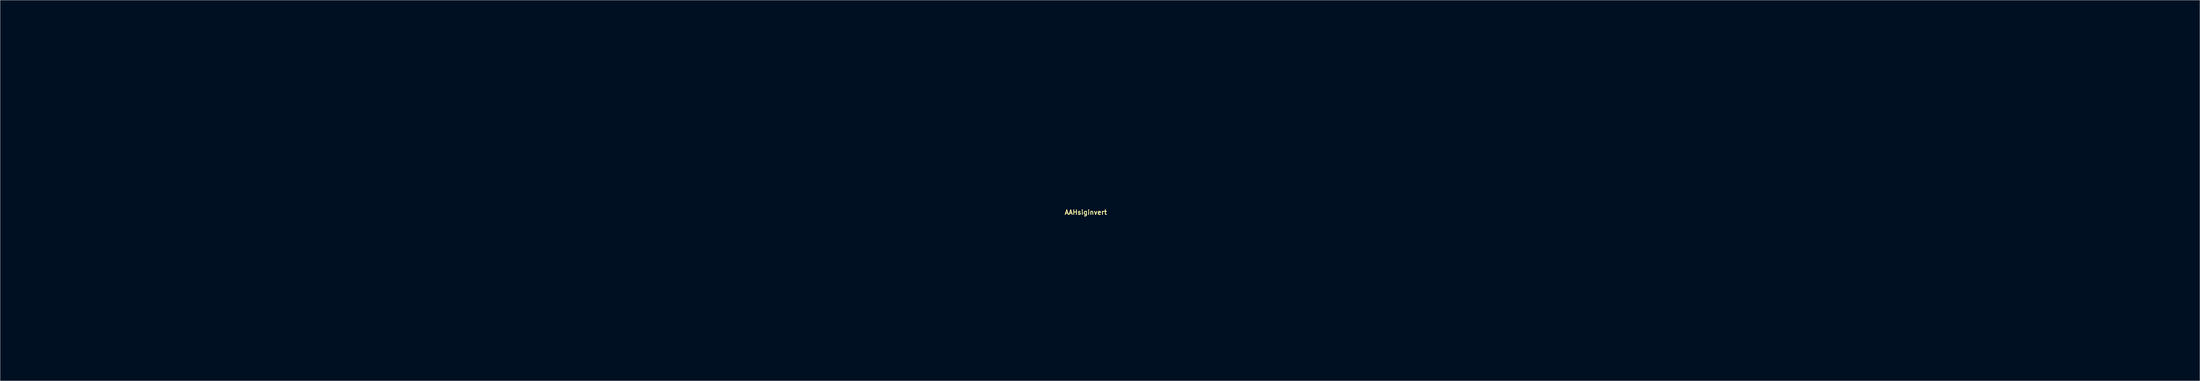
<source format=kicad_pcb>
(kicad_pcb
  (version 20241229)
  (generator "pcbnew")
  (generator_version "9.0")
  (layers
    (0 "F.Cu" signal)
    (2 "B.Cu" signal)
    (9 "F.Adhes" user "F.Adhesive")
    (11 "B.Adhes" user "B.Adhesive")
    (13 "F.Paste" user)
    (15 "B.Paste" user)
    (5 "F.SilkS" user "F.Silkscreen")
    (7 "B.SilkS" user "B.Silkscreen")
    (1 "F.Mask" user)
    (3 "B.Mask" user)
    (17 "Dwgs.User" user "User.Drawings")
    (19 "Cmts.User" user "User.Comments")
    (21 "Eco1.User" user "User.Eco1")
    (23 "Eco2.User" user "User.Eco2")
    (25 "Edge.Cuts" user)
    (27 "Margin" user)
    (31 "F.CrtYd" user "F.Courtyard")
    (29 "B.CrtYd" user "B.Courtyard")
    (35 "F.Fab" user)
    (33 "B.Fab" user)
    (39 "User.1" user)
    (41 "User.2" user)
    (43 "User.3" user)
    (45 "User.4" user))
  (footprint "AAHsiginvert"
    (layer "F.Cu")
    (at 356.663 67.42)
    (property "Reference" "AAHsiginvert" (at 0 0 0) (layer "F.SilkS") (effects (font (size 1.524 1.524) (thickness 0.3))))
    (attr through_hole)
    (fp_poly (pts (xy -356.306 26.988) (xy -356.482 27.164) (xy -356.658 26.988) (xy -356.482 26.811) (xy -356.306 26.988)) (stroke (width 0.01) (type solid)) (fill no) (layer "Eco2.User"))
    (fp_poly (pts (xy -317.147 -16.051) (xy -317.324 -15.875) (xy -317.5 -16.051) (xy -317.324 -16.228) (xy -317.147 -16.051)) (stroke (width 0.01) (type solid)) (fill no) (layer "Eco2.User"))
    (fp_poly (pts (xy -55.739 27.34) (xy -55.915 27.517) (xy -56.092 27.34) (xy -55.915 27.164) (xy -55.739 27.34)) (stroke (width 0.01) (type solid)) (fill no) (layer "Eco2.User"))
    (fp_poly (pts (xy 23.283 -50.976) (xy 23.107 -50.8) (xy 22.931 -50.976) (xy 23.107 -51.153) (xy 23.283 -50.976)) (stroke (width 0.01) (type solid)) (fill no) (layer "Eco2.User"))
    (fp_poly (pts (xy 23.636 -50.271) (xy 23.46 -50.094) (xy 23.283 -50.271) (xy 23.46 -50.447) (xy 23.636 -50.271)) (stroke (width 0.01) (type solid)) (fill no) (layer "Eco2.User"))
    (fp_poly (pts (xy 24.342 -50.624) (xy 24.165 -50.447) (xy 23.989 -50.624) (xy 24.165 -50.8) (xy 24.342 -50.624)) (stroke (width 0.01) (type solid)) (fill no) (layer "Eco2.User"))
    (fp_poly (pts (xy 233.892 8.996) (xy 233.715 9.172) (xy 233.539 8.996) (xy 233.715 8.819) (xy 233.892 8.996)) (stroke (width 0.01) (type solid)) (fill no) (layer "Eco2.User"))
    (fp_poly (pts (xy -238.595 33.984) (xy -238.644 34.194) (xy -238.831 34.219) (xy -239.121 34.09) (xy -239.066 33.984) (xy -238.647 33.942) (xy -238.595 33.984)) (stroke (width 0.01) (type solid)) (fill no) (layer "Eco2.User"))
    (fp_poly (pts (xy -230.129 2.587) (xy -230.086 3.006) (xy -230.129 3.057) (xy -230.338 3.009) (xy -230.364 2.822) (xy -230.235 2.532) (xy -230.129 2.587)) (stroke (width 0.01) (type solid)) (fill no) (layer "Eco2.User"))
    (fp_poly (pts (xy 366.066 33.631) (xy 366.017 33.841) (xy 365.831 33.867) (xy 365.54 33.738) (xy 365.595 33.631) (xy 366.014 33.589) (xy 366.066 33.631)) (stroke (width 0.01) (type solid)) (fill no) (layer "Eco2.User"))
    (fp_poly (pts (xy -321.744 -56.176) (xy -321.733 -56.092) (xy -322.002 -55.749) (xy -322.086 -55.739) (xy -322.429 -56.007) (xy -322.439 -56.092) (xy -322.17 -56.434) (xy -322.086 -56.444) (xy -321.744 -56.176)) (stroke (width 0.01) (type solid)) (fill no) (layer "Eco2.User"))
    (fp_poly (pts (xy 43.197 -58.767) (xy 44.266 -58.648) (xy 44.719 -58.487) (xy 45.201 -58.221) (xy 45.412 -58.453) (xy 45.59 -58.69) (xy 46.009 -58.695) (xy 46.844 -58.456) (xy 47.272 -58.31) (xy 47.96 -58.155) (xy 48.971 -58.009) (xy 49.163 -57.988) (xy 50.96 -57.525) (xy 52.765 -56.568) (xy 53.358 -56.129) (xy 53.833 -55.834) (xy 53.975 -55.875) (xy 54.236 -55.869) (xy 54.901 -55.567) (xy 55.792 -55.072) (xy 56.73 -54.49) (xy 57.537 -53.922) (xy 57.947 -53.57) (xy 58.397 -52.991) (xy 58.501 -52.663) (xy 58.609 -52.23) (xy 58.954 -51.346) (xy 59.466 -50.191) (xy 59.529 -50.057) (xy 60.737 -47.03) (xy 61.493 -43.969) (xy 61.866 -40.579) (xy 61.876 -40.393) (xy 62.014 -39.726) (xy 62.154 -39.505) (xy 62.275 -39.08) (xy 62.378 -38.104) (xy 62.461 -36.729) (xy 62.52 -35.109) (xy 62.551 -33.398) (xy 62.552 -31.749) (xy 62.518 -30.315) (xy 62.446 -29.251) (xy 62.389 -28.876) (xy 62.264 -28.028) (xy 62.136 -26.66) (xy 62.019 -24.961) (xy 61.927 -23.115) (xy 61.925 -23.055) (xy 61.842 -21.192) (xy 61.748 -19.454) (xy 61.653 -18.033) (xy 61.57 -17.121) (xy 61.568 -17.11) (xy 61.426 -15.902) (xy 61.269 -14.442) (xy 61.201 -13.758) (xy 61.065 -12.424) (xy 60.927 -11.192) (xy 60.866 -10.698) (xy 60.885 -9.645) (xy 61.319 -9.124) (xy 62.204 -9.117) (xy 63.258 -9.466) (xy 64.178 -9.707) (xy 65.382 -9.843) (xy 66.664 -9.875) (xy 67.816 -9.805) (xy 68.631 -9.633) (xy 68.898 -9.437) (xy 69.163 -9.267) (xy 69.247 -9.349) (xy 69.85 -9.349) (xy 70.026 -9.172) (xy 70.203 -9.349) (xy 70.026 -9.525) (xy 69.85 -9.349) (xy 69.247 -9.349) (xy 69.583 -9.672) (xy 69.997 -10.14) (xy 70.276 -10.044) (xy 70.526 -9.672) (xy 70.911 -9.256) (xy 71.135 -9.437) (xy 71.518 -9.857) (xy 71.872 -9.673) (xy 71.967 -9.227) (xy 71.642 -8.366) (xy 70.777 -7.631) (xy 69.737 -7.215) (xy 68.858 -6.809) (xy 68.329 -6.306) (xy 67.902 -5.779) (xy 67.669 -5.644) (xy 67.237 -5.48) (xy 66.449 -5.066) (xy 66.118 -4.875) (xy 65.32 -4.382) (xy 65.058 -4.068) (xy 65.257 -3.756) (xy 65.553 -3.508) (xy 66.049 -3.027) (xy 66.155 -2.773) (xy 66.362 -2.698) (xy 67.05 -2.698) (xy 67.14 -2.703) (xy 67.918 -2.746) (xy 69.223 -2.815) (xy 70.878 -2.901) (xy 72.706 -2.994) (xy 72.84 -3.001) (xy 74.573 -3.099) (xy 76.048 -3.204) (xy 77.123 -3.303) (xy 77.657 -3.385) (xy 77.683 -3.396) (xy 78.123 -3.462) (xy 79.115 -3.518) (xy 80.505 -3.556) (xy 81.905 -3.57) (xy 84.051 -3.641) (xy 85.77 -3.829) (xy 86.992 -4.118) (xy 87.648 -4.493) (xy 87.681 -4.914) (xy 87.753 -5.356) (xy 87.979 -5.612) (xy 88.447 -6.349) (xy 88.792 -7.701) (xy 89.024 -9.706) (xy 89.06 -10.231) (xy 89.273 -11.759) (xy 89.669 -13.356) (xy 89.869 -13.935) (xy 90.308 -15.242) (xy 90.826 -17.063) (xy 91.379 -19.22) (xy 91.923 -21.532) (xy 92.416 -23.819) (xy 92.813 -25.901) (xy 92.946 -26.703) (xy 93.173 -27.545) (xy 93.355 -27.937) (xy 93.636 -28.571) (xy 93.672 -28.751) (xy 93.875 -29.73) (xy 94.27 -30.91) (xy 94.715 -31.868) (xy 94.751 -31.926) (xy 95.045 -32.637) (xy 95.364 -33.78) (xy 95.603 -34.925) (xy 95.892 -36.249) (xy 96.238 -37.389) (xy 96.518 -38.012) (xy 96.828 -38.589) (xy 96.833 -38.806) (xy 96.826 -39.067) (xy 97.049 -39.577) (xy 97.375 -40.47) (xy 97.594 -41.565) (xy 97.599 -41.605) (xy 97.812 -42.862) (xy 103.717 -42.862) (xy 103.893 -42.686) (xy 104.069 -42.862) (xy 103.893 -43.039) (xy 103.717 -42.862) (xy 97.812 -42.862) (xy 97.846 -43.06) (xy 98.233 -44.475) (xy 98.684 -45.612) (xy 99.035 -46.154) (xy 99.34 -46.673) (xy 99.323 -46.894) (xy 99.447 -47.281) (xy 99.961 -47.924) (xy 100.201 -48.166) (xy 100.841 -48.714) (xy 101.211 -48.904) (xy 101.247 -48.858) (xy 101.413 -48.847) (xy 101.704 -49.173) (xy 102.096 -49.515) (xy 102.751 -49.721) (xy 103.803 -49.808) (xy 105.385 -49.796) (xy 105.939 -49.778) (xy 106.979 -49.423) (xy 108.171 -48.477) (xy 109.433 -47.014) (xy 110.171 -45.949) (xy 110.781 -45.09) (xy 111.277 -44.547) (xy 111.452 -44.45) (xy 111.796 -44.173) (xy 112.385 -43.451) (xy 113.106 -42.448) (xy 113.846 -41.327) (xy 114.494 -40.251) (xy 114.919 -39.423) (xy 115.124 -38.738) (xy 115.015 -38.453) (xy 115.009 -38.453) (xy 114.822 -38.194) (xy 114.88 -37.919) (xy 114.857 -37.208) (xy 114.695 -36.917) (xy 114.458 -36.42) (xy 114.505 -36.249) (xy 114.347 -36.05) (xy 113.696 -35.83) (xy 113.612 -35.811) (xy 112.709 -35.75) (xy 112.049 -36.155) (xy 111.835 -36.395) (xy 111.342 -37.067) (xy 111.137 -37.503) (xy 110.888 -37.874) (xy 110.256 -38.55) (xy 109.537 -39.233) (xy 108.694 -40.066) (xy 108.119 -40.761) (xy 107.95 -41.105) (xy 107.656 -41.427) (xy 106.934 -41.861) (xy 106.022 -42.292) (xy 105.161 -42.602) (xy 104.689 -42.686) (xy 104.169 -42.399) (xy 103.593 -41.712) (xy 103.148 -40.89) (xy 103.011 -40.305) (xy 102.863 -39.544) (xy 102.479 -38.429) (xy 102.061 -37.461) (xy 101.565 -36.294) (xy 101.241 -35.3) (xy 101.161 -34.785) (xy 101.039 -33.997) (xy 100.697 -33.12) (xy 100.278 -32.057) (xy 100.07 -31.144) (xy 99.911 -30.215) (xy 99.746 -29.633) (xy 99.573 -28.987) (xy 99.369 -27.942) (xy 99.271 -27.34) (xy 99.106 -26.275) (xy 98.977 -25.513) (xy 98.936 -25.312) (xy 98.865 -24.783) (xy 98.822 -24.19) (xy 98.612 -23.324) (xy 98.337 -22.868) (xy 98.036 -22.23) (xy 97.848 -21.239) (xy 97.831 -20.99) (xy 97.682 -19.777) (xy 97.384 -18.364) (xy 97.233 -17.815) (xy 96.558 -15.552) (xy 96.079 -13.882) (xy 95.775 -12.728) (xy 95.627 -12.013) (xy 95.603 -11.757) (xy 95.463 -11.394) (xy 95.338 -11.411) (xy 95.163 -11.197) (xy 95.016 -10.469) (xy 94.966 -9.945) (xy 94.848 -8.889) (xy 94.674 -8.121) (xy 94.595 -7.951) (xy 94.324 -7.226) (xy 94.247 -6.29) (xy 94.365 -5.458) (xy 94.601 -5.08) (xy 95.104 -4.971) (xy 96.171 -4.865) (xy 97.659 -4.774) (xy 99.427 -4.706) (xy 100.004 -4.691) (xy 101.817 -4.652) (xy 103.385 -4.617) (xy 104.567 -4.591) (xy 105.227 -4.576) (xy 105.304 -4.574) (xy 106.034 -4.593) (xy 107.17 -4.66) (xy 108.505 -4.758) (xy 109.83 -4.872) (xy 110.938 -4.983) (xy 111.621 -5.075) (xy 111.72 -5.099) (xy 112.194 -4.98) (xy 112.28 -4.831) (xy 112.54 -4.615) (xy 113.017 -4.901) (xy 113.589 -5.169) (xy 114.536 -5.261) (xy 116.011 -5.191) (xy 116.098 -5.184) (xy 117.476 -5.123) (xy 118.678 -5.165) (xy 119.428 -5.297) (xy 120.134 -5.435) (xy 120.461 -5.312) (xy 120.902 -5.164) (xy 121.758 -5.168) (xy 122.761 -5.294) (xy 123.645 -5.512) (xy 124.068 -5.717) (xy 124.632 -5.898) (xy 125.647 -6.018) (xy 126.515 -6.048) (xy 128.478 -6.22) (xy 129.845 -6.747) (xy 130.638 -7.643) (xy 130.881 -8.848) (xy 131.036 -9.406) (xy 131.239 -9.525) (xy 131.654 -9.763) (xy 132.377 -10.381) (xy 133.136 -11.13) (xy 134.055 -12.027) (xy 134.713 -12.471) (xy 135.286 -12.561) (xy 135.581 -12.508) (xy 136.688 -11.9) (xy 137.37 -10.78) (xy 137.61 -9.212) (xy 137.388 -7.26) (xy 137.256 -6.71) (xy 137.035 -5.617) (xy 136.973 -4.73) (xy 137.001 -4.505) (xy 136.952 -3.989) (xy 136.744 -3.881) (xy 136.17 -3.547) (xy 135.647 -2.62) (xy 135.222 -1.213) (xy 134.937 0.56) (xy 134.922 0.71) (xy 134.74 2.133) (xy 134.497 3.383) (xy 134.245 4.202) (xy 134.23 4.233) (xy 133.527 5.75) (xy 132.916 7.267) (xy 132.456 8.621) (xy 132.203 9.647) (xy 132.193 10.142) (xy 132.145 10.541) (xy 132.02 10.583) (xy 131.908 10.911) (xy 131.826 11.799) (xy 131.776 13.099) (xy 131.756 14.668) (xy 131.766 16.358) (xy 131.807 18.025) (xy 131.877 19.522) (xy 131.977 20.704) (xy 132.044 21.167) (xy 132.328 22.274) (xy 132.74 23.408) (xy 133.191 24.369) (xy 133.593 24.956) (xy 133.756 25.047) (xy 134 25.343) (xy 134.056 25.753) (xy 134.199 26.326) (xy 134.397 26.458) (xy 134.582 26.72) (xy 134.517 27.037) (xy 134.446 27.422) (xy 134.805 27.327) (xy 134.958 27.244) (xy 135.6 27.084) (xy 136.349 27.4) (xy 136.604 27.573) (xy 137.32 27.979) (xy 138.111 28.128) (xy 139.255 28.062) (xy 139.553 28.027) (xy 140.747 27.798) (xy 141.521 27.488) (xy 141.706 27.296) (xy 142.092 26.857) (xy 142.268 26.811) (xy 142.815 26.596) (xy 143.2 26.31) (xy 143.88 25.839) (xy 144.235 25.692) (xy 144.721 25.41) (xy 145.469 24.818) (xy 146.292 24.085) (xy 147.005 23.381) (xy 147.42 22.875) (xy 147.461 22.767) (xy 147.665 22.357) (xy 148.186 21.581) (xy 148.893 20.617) (xy 149.651 19.642) (xy 150.328 18.832) (xy 150.762 18.386) (xy 151.227 17.872) (xy 151.937 16.942) (xy 152.761 15.773) (xy 152.979 15.447) (xy 153.792 14.29) (xy 154.517 13.374) (xy 155.028 12.854) (xy 155.122 12.798) (xy 155.418 12.545) (xy 155.233 12.354) (xy 155.073 11.89) (xy 155.127 11.004) (xy 155.348 9.93) (xy 155.687 8.899) (xy 156.094 8.145) (xy 156.12 8.114) (xy 156.407 7.393) (xy 156.445 6.536) (xy 156.454 5.663) (xy 156.632 5.116) (xy 156.759 4.609) (xy 156.818 3.595) (xy 156.801 2.272) (xy 156.785 1.932) (xy 156.673 -0.197) (xy 156.604 -1.791) (xy 156.58 -3.02) (xy 156.598 -4.053) (xy 156.659 -5.06) (xy 156.755 -6.147) (xy 156.951 -7.502) (xy 157.233 -8.596) (xy 157.517 -9.174) (xy 157.947 -9.859) (xy 158.047 -10.258) (xy 158.354 -10.874) (xy 159.11 -11.502) (xy 160.075 -12.002) (xy 161.008 -12.233) (xy 161.384 -12.205) (xy 162.123 -11.927) (xy 162.675 -11.453) (xy 163.064 -10.689) (xy 163.318 -9.541) (xy 163.464 -7.915) (xy 163.529 -5.717) (xy 163.538 -4.648) (xy 163.522 -1.605) (xy 163.438 0.766) (xy 163.285 2.497) (xy 163.058 3.618) (xy 162.755 4.162) (xy 162.729 4.181) (xy 162.292 4.797) (xy 161.948 5.918) (xy 161.757 7.344) (xy 161.753 7.406) (xy 161.572 8.612) (xy 161.254 9.69) (xy 161.027 10.718) (xy 160.922 12.255) (xy 160.929 14.119) (xy 161.037 16.127) (xy 161.236 18.096) (xy 161.515 19.843) (xy 161.866 21.184) (xy 161.902 21.284) (xy 162.1 21.954) (xy 162.067 22.225) (xy 162.126 22.431) (xy 162.449 22.8) (xy 162.826 23.454) (xy 162.826 23.891) (xy 162.972 24.436) (xy 163.656 25.286) (xy 164.374 25.978) (xy 165.304 26.877) (xy 166.008 27.677) (xy 166.317 28.165) (xy 166.776 28.718) (xy 167.693 29.333) (xy 168.842 29.903) (xy 169.995 30.32) (xy 170.927 30.476) (xy 171.147 30.453) (xy 172.63 29.965) (xy 174.082 29.244) (xy 175.35 28.396) (xy 176.279 27.527) (xy 176.715 26.741) (xy 176.729 26.621) (xy 176.935 25.928) (xy 177.433 24.91) (xy 178.089 23.807) (xy 178.769 22.857) (xy 178.989 22.604) (xy 179.654 21.732) (xy 180.082 20.887) (xy 180.088 20.869) (xy 180.434 20.085) (xy 181.021 19.051) (xy 181.332 18.569) (xy 182.01 17.293) (xy 182.476 15.709) (xy 182.707 14.356) (xy 182.981 12.824) (xy 183.342 11.379) (xy 183.715 10.319) (xy 183.737 10.271) (xy 183.817 10.054) (xy 189.442 10.054) (xy 189.618 10.231) (xy 189.794 10.054) (xy 189.618 9.878) (xy 189.442 10.054) (xy 183.817 10.054) (xy 184.123 9.222) (xy 184.273 8.289) (xy 184.261 8.109) (xy 184.264 7.213) (xy 184.43 5.852) (xy 184.729 4.234) (xy 185.061 2.822) (xy 185.153 2.188) (xy 185.266 0.984) (xy 185.389 -0.654) (xy 185.51 -2.591) (xy 185.599 -4.233) (xy 185.762 -7.122) (xy 185.955 -9.918) (xy 186.168 -12.495) (xy 186.389 -14.724) (xy 186.607 -16.479) (xy 186.772 -17.462) (xy 186.908 -18.426) (xy 186.945 -18.953) (xy 187.305 -19.752) (xy 187.995 -20.266) (xy 188.742 -20.592) (xy 189.177 -20.54) (xy 189.449 -20.275) (xy 190.115 -19.829) (xy 190.487 -19.756) (xy 191.033 -19.542) (xy 191.456 -18.857) (xy 191.774 -17.636) (xy 192.009 -15.816) (xy 192.118 -14.385) (xy 192.197 -12.89) (xy 192.207 -11.632) (xy 192.126 -10.443) (xy 191.933 -9.153) (xy 191.606 -7.593) (xy 191.123 -5.591) (xy 190.871 -4.586) (xy 190.558 -3.13) (xy 190.298 -1.52) (xy 190.123 -0.01) (xy 190.066 1.149) (xy 190.079 1.411) (xy 190.065 2.295) (xy 189.93 3.483) (xy 189.848 3.969) (xy 189.714 4.936) (xy 189.723 5.541) (xy 189.793 5.644) (xy 189.903 5.95) (xy 189.856 6.708) (xy 189.815 6.967) (xy 189.713 8.098) (xy 189.78 9.093) (xy 189.798 9.172) (xy 189.863 10.095) (xy 189.744 11.244) (xy 189.699 11.465) (xy 189.564 12.576) (xy 189.55 13.972) (xy 189.641 15.43) (xy 189.819 16.729) (xy 190.067 17.646) (xy 190.195 17.873) (xy 190.405 18.441) (xy 190.348 18.657) (xy 190.362 19.116) (xy 190.453 19.197) (xy 190.664 19.629) (xy 190.88 20.542) (xy 191.015 21.427) (xy 191.327 22.955) (xy 191.85 24.599) (xy 192.187 25.4) (xy 192.68 26.468) (xy 193.023 27.277) (xy 193.13 27.605) (xy 193.421 27.933) (xy 193.495 27.958) (xy 193.94 28.24) (xy 194.662 28.851) (xy 195.024 29.192) (xy 195.791 29.875) (xy 196.375 30.285) (xy 196.528 30.339) (xy 197.004 30.562) (xy 197.483 30.956) (xy 198.682 31.85) (xy 200.145 32.538) (xy 201.69 32.979) (xy 203.137 33.131) (xy 204.304 32.954) (xy 204.843 32.627) (xy 205.533 32.323) (xy 206.564 32.272) (xy 206.573 32.273) (xy 207.725 32.213) (xy 208.759 31.906) (xy 208.779 31.896) (xy 209.594 31.538) (xy 210.147 31.399) (xy 210.679 31.142) (xy 211.029 30.78) (xy 211.622 30.157) (xy 212.483 29.434) (xy 213.399 28.769) (xy 214.155 28.321) (xy 214.465 28.222) (xy 214.798 27.937) (xy 214.842 27.688) (xy 214.998 26.967) (xy 215.249 26.365) (xy 215.649 25.588) (xy 215.867 25.163) (xy 216.295 24.426) (xy 216.96 23.4) (xy 217.756 22.231) (xy 218.582 21.066) (xy 219.333 20.05) (xy 219.905 19.329) (xy 220.196 19.05) (xy 220.198 19.05) (xy 220.553 18.784) (xy 221.145 18.1) (xy 221.618 17.465) (xy 222.351 16.541) (xy 223.026 15.881) (xy 223.339 15.689) (xy 223.893 15.223) (xy 224.15 14.675) (xy 224.459 13.931) (xy 225.034 12.887) (xy 225.514 12.13) (xy 226.163 11.138) (xy 226.666 10.282) (xy 227.135 9.341) (xy 227.683 8.094) (xy 228.093 7.12) (xy 228.731 5.953) (xy 229.633 4.711) (xy 230.111 4.173) (xy 230.972 3.35) (xy 231.61 2.966) (xy 232.249 2.913) (xy 232.6 2.969) (xy 233.782 3.392) (xy 234.456 4.162) (xy 234.724 5.415) (xy 234.739 5.771) (xy 234.634 7.042) (xy 234.187 7.955) (xy 233.98 8.196) (xy 233.429 8.905) (xy 233.187 9.456) (xy 233.186 9.472) (xy 232.986 10.134) (xy 232.517 10.896) (xy 231.975 11.482) (xy 231.642 11.642) (xy 231.166 11.918) (xy 230.889 12.3) (xy 230.019 13.876) (xy 228.966 15.689) (xy 227.935 17.388) (xy 227.553 17.992) (xy 226.316 19.972) (xy 225.255 21.797) (xy 224.435 23.343) (xy 223.925 24.487) (xy 223.819 24.819) (xy 223.323 25.709) (xy 222.734 26.123) (xy 221.989 26.644) (xy 221.84 27.49) (xy 221.855 27.605) (xy 221.6 27.825) (xy 221.245 27.869) (xy 220.783 28.058) (xy 220.31 28.676) (xy 219.785 29.797) (xy 219.169 31.499) (xy 218.857 32.456) (xy 218.575 33.736) (xy 218.364 35.448) (xy 218.233 37.372) (xy 218.192 39.289) (xy 218.25 40.981) (xy 218.415 42.229) (xy 218.45 42.364) (xy 219.207 43.825) (xy 220.519 45.074) (xy 222.248 46.046) (xy 224.259 46.675) (xy 226.416 46.897) (xy 227.718 46.808) (xy 228.943 46.558) (xy 230.245 46.164) (xy 231.445 45.7) (xy 232.361 45.236) (xy 232.814 44.844) (xy 232.833 44.768) (xy 233.142 44.571) (xy 233.905 44.371) (xy 234.1 44.337) (xy 234.271 44.274) (xy 241.653 44.274) (xy 241.829 44.45) (xy 242.006 44.274) (xy 241.829 44.097) (xy 241.653 44.274) (xy 234.271 44.274) (xy 235.174 43.94) (xy 236.625 43.067) (xy 238.366 41.773) (xy 239.95 40.439) (xy 240.765 39.833) (xy 241.283 39.52) (xy 241.789 39.119) (xy 241.854 38.846) (xy 241.991 38.474) (xy 242.543 37.892) (xy 242.751 37.718) (xy 244.096 36.533) (xy 245.515 35.102) (xy 246.848 33.602) (xy 247.934 32.213) (xy 248.556 31.232) (xy 249.276 29.988) (xy 249.853 29.279) (xy 250.239 29.167) (xy 250.258 29.184) (xy 250.365 29.137) (xy 250.277 28.829) (xy 250.268 28.325) (xy 250.611 28.222) (xy 251.06 28.091) (xy 251.098 27.958) (xy 251.173 27.499) (xy 251.454 26.68) (xy 251.842 25.734) (xy 252.239 24.894) (xy 252.547 24.395) (xy 252.624 24.343) (xy 252.872 24.047) (xy 253.258 23.3) (xy 253.459 22.842) (xy 253.996 21.599) (xy 254.638 20.176) (xy 254.917 19.579) (xy 255.432 18.323) (xy 255.808 17.097) (xy 255.91 16.581) (xy 256.169 14.969) (xy 256.521 13.305) (xy 256.906 11.849) (xy 257.228 10.936) (xy 257.248 10.892) (xy 270.377 10.892) (xy 270.492 11.363) (xy 270.63 12.338) (xy 270.762 13.614) (xy 270.775 13.763) (xy 270.956 15.523) (xy 271.178 16.698) (xy 271.498 17.409) (xy 271.972 17.775) (xy 272.658 17.919) (xy 272.729 17.925) (xy 273.573 18.031) (xy 274.048 18.168) (xy 274.06 18.179) (xy 274.58 18.302) (xy 275.171 17.811) (xy 275.788 17.405) (xy 276.148 17.37) (xy 276.617 17.158) (xy 276.748 16.757) (xy 277.127 15.143) (xy 278.019 13.533) (xy 278.514 12.876) (xy 279.232 11.912) (xy 279.777 11.06) (xy 279.928 10.76) (xy 280.223 9.97) (xy 280.263 9.486) (xy 279.941 9.25) (xy 279.152 9.2) (xy 277.79 9.276) (xy 277.369 9.306) (xy 275.828 9.448) (xy 274.431 9.63) (xy 273.425 9.818) (xy 273.249 9.866) (xy 272.117 10.185) (xy 271.183 10.405) (xy 270.538 10.632) (xy 270.377 10.892) (xy 257.248 10.892) (xy 257.654 9.98) (xy 257.933 9.349) (xy 258.313 8.385) (xy 258.65 7.275) (xy 258.973 5.888) (xy 259.246 4.439) (xy 263.591 4.439) (xy 263.771 5.098) (xy 264.085 5.582) (xy 264.234 5.644) (xy 264.687 5.389) (xy 264.76 5.292) (xy 264.68 4.99) (xy 264.428 4.939) (xy 263.956 4.653) (xy 263.878 4.351) (xy 263.849 4.233) (xy 264.231 4.233) (xy 264.36 4.524) (xy 264.466 4.469) (xy 264.508 4.05) (xy 264.466 3.998) (xy 264.256 4.047) (xy 264.231 4.233) (xy 263.849 4.233) (xy 263.781 3.952) (xy 263.669 3.972) (xy 263.591 4.439) (xy 259.246 4.439) (xy 259.311 4.094) (xy 259.693 1.766) (xy 259.81 1.011) (xy 260.048 0.045) (xy 260.434 -1.067) (xy 260.475 -1.167) (xy 260.774 -2.162) (xy 261.048 -3.555) (xy 261.233 -4.992) (xy 261.386 -6.334) (xy 261.567 -7.44) (xy 261.737 -8.084) (xy 261.748 -8.106) (xy 261.95 -8.719) (xy 262.203 -9.787) (xy 262.426 -10.936) (xy 262.733 -12.504) (xy 263.14 -14.331) (xy 263.52 -15.875) (xy 263.902 -17.568) (xy 264.216 -19.384) (xy 264.384 -20.814) (xy 264.538 -22.376) (xy 264.755 -23.97) (xy 264.913 -24.871) (xy 265.189 -26.37) (xy 265.437 -27.965) (xy 265.495 -28.399) (xy 265.767 -29.722) (xy 266.261 -31.399) (xy 266.891 -33.199) (xy 267.574 -34.893) (xy 268.227 -36.249) (xy 268.526 -36.743) (xy 268.977 -37.507) (xy 269.169 -38.047) (xy 269.169 -38.054) (xy 269.331 -38.557) (xy 269.742 -39.429) (xy 270.051 -40.007) (xy 270.563 -41.036) (xy 270.882 -41.89) (xy 270.933 -42.183) (xy 271.146 -42.962) (xy 271.699 -44.013) (xy 272.468 -45.169) (xy 273.328 -46.262) (xy 274.154 -47.124) (xy 274.82 -47.588) (xy 274.993 -47.625) (xy 275.666 -47.328) (xy 276.4 -46.586) (xy 277.029 -45.621) (xy 277.387 -44.657) (xy 277.417 -44.366) (xy 277.319 -43.453) (xy 277.046 -42.089) (xy 276.652 -40.468) (xy 276.191 -38.787) (xy 275.714 -37.238) (xy 275.276 -36.019) (xy 274.969 -35.378) (xy 274.651 -34.538) (xy 274.474 -33.389) (xy 274.461 -33.018) (xy 274.398 -32.024) (xy 274.238 -31.364) (xy 274.152 -31.248) (xy 273.887 -30.816) (xy 273.575 -29.946) (xy 273.441 -29.463) (xy 273.077 -28.392) (xy 272.644 -27.917) (xy 272.404 -27.869) (xy 272.027 -27.717) (xy 271.702 -27.179) (xy 271.372 -26.131) (xy 271.17 -25.312) (xy 270.867 -23.807) (xy 270.653 -22.346) (xy 270.576 -21.276) (xy 270.512 -20.316) (xy 270.348 -19.695) (xy 270.276 -19.609) (xy 269.925 -19.053) (xy 269.597 -17.894) (xy 269.311 -16.236) (xy 269.089 -14.18) (xy 268.997 -12.876) (xy 268.889 -11.168) (xy 268.769 -9.542) (xy 268.656 -8.248) (xy 268.609 -7.808) (xy 268.57 -6.647) (xy 268.654 -5.139) (xy 268.821 -3.751) (xy 269.046 -2.061) (xy 269.244 -0.105) (xy 269.365 1.587) (xy 269.528 3.364) (xy 269.861 4.541) (xy 270.45 5.218) (xy 271.384 5.496) (xy 272.75 5.476) (xy 272.755 5.476) (xy 273.864 5.324) (xy 274.7 5.105) (xy 274.937 4.983) (xy 275.529 4.735) (xy 276.509 4.531) (xy 276.884 4.485) (xy 277.896 4.285) (xy 278.602 3.967) (xy 278.726 3.842) (xy 278.991 3.545) (xy 279.042 3.603) (xy 279.333 3.624) (xy 280.071 3.4) (xy 280.635 3.175) (xy 281.542 2.844) (xy 282.117 2.747) (xy 282.222 2.817) (xy 282.505 2.902) (xy 283.21 2.719) (xy 283.472 2.617) (xy 284.357 2.326) (xy 284.969 2.265) (xy 285.042 2.291) (xy 285.426 2.156) (xy 286.161 1.621) (xy 287.107 0.793) (xy 287.374 0.539) (xy 288.367 -0.379) (xy 289.196 -1.065) (xy 289.713 -1.399) (xy 289.774 -1.413) (xy 290.193 -1.693) (xy 290.703 -2.374) (xy 290.761 -2.472) (xy 291.314 -3.188) (xy 291.86 -3.524) (xy 291.907 -3.528) (xy 292.386 -3.791) (xy 292.453 -4.033) (xy 292.748 -4.529) (xy 293.197 -4.775) (xy 293.902 -5.148) (xy 294.819 -5.819) (xy 295.226 -6.166) (xy 296.343 -7.054) (xy 297.588 -7.868) (xy 298.757 -8.491) (xy 299.648 -8.803) (xy 299.813 -8.819) (xy 300.332 -9.008) (xy 301.235 -9.505) (xy 302.334 -10.205) (xy 302.414 -10.259) (xy 303.855 -11.132) (xy 304.943 -11.482) (xy 305.801 -11.302) (xy 306.556 -10.587) (xy 306.918 -10.052) (xy 307.441 -8.936) (xy 307.506 -7.827) (xy 307.453 -7.449) (xy 306.993 -6.186) (xy 306.166 -5.092) (xy 305.151 -4.354) (xy 304.315 -4.145) (xy 303.574 -3.973) (xy 303.244 -3.66) (xy 302.796 -3.22) (xy 302.578 -3.175) (xy 302.069 -2.894) (xy 301.649 -2.338) (xy 301.012 -1.669) (xy 300.016 -1.115) (xy 299.825 -1.047) (xy 298.968 -0.7) (xy 298.488 -0.382) (xy 298.45 -0.302) (xy 298.161 0.005) (xy 297.419 0.487) (xy 296.743 0.853) (xy 295.499 1.623) (xy 294.33 2.569) (xy 293.931 2.976) (xy 293.239 3.716) (xy 292.736 4.168) (xy 292.609 4.233) (xy 292.289 4.473) (xy 291.602 5.12) (xy 290.662 6.064) (xy 289.963 6.791) (xy 288.389 8.441) (xy 287.221 9.641) (xy 286.386 10.458) (xy 285.812 10.959) (xy 285.426 11.214) (xy 285.155 11.288) (xy 285.139 11.288) (xy 284.738 11.589) (xy 284.483 12.172) (xy 284.067 12.987) (xy 283.337 13.829) (xy 283.215 13.936) (xy 282.617 14.488) (xy 282.395 14.794) (xy 282.426 14.817) (xy 282.434 15.035) (xy 282.149 15.434) (xy 281.691 16.146) (xy 281.221 17.156) (xy 280.822 18.233) (xy 280.58 19.147) (xy 280.58 19.667) (xy 280.581 19.668) (xy 281.018 19.932) (xy 281.89 20.228) (xy 282.957 20.502) (xy 283.98 20.696) (xy 284.718 20.753) (xy 284.926 20.697) (xy 285.354 20.675) (xy 285.552 20.796) (xy 286.343 21.16) (xy 287.715 21.469) (xy 289.278 21.67) (xy 290.473 21.853) (xy 291.752 22.152) (xy 292.896 22.504) (xy 293.688 22.846) (xy 293.901 23.016) (xy 294.393 23.254) (xy 294.607 23.244) (xy 295.291 23.25) (xy 296.157 23.388) (xy 297.129 23.561) (xy 298.427 23.735) (xy 299.156 23.813) (xy 300.574 23.993) (xy 301.965 24.237) (xy 302.507 24.359) (xy 303.643 24.573) (xy 305.112 24.752) (xy 306.211 24.835) (xy 307.684 24.957) (xy 309.105 25.149) (xy 309.915 25.312) (xy 310.922 25.527) (xy 312.366 25.787) (xy 313.985 26.045) (xy 314.501 26.12) (xy 315.959 26.354) (xy 317.168 26.6) (xy 317.944 26.819) (xy 318.102 26.897) (xy 318.7 27.058) (xy 318.911 26.988) (xy 319.491 26.963) (xy 319.72 27.088) (xy 320.809 27.645) (xy 322.183 27.968) (xy 323.455 27.973) (xy 323.674 27.926) (xy 324.928 27.854) (xy 326.641 28.215) (xy 326.74 28.245) (xy 327.839 28.538) (xy 328.643 28.683) (xy 328.936 28.663) (xy 329.318 28.703) (xy 329.694 28.947) (xy 330.369 29.207) (xy 331.678 29.379) (xy 333.652 29.468) (xy 334.024 29.474) (xy 335.951 29.543) (xy 337.96 29.681) (xy 339.735 29.865) (xy 340.418 29.963) (xy 341.852 30.151) (xy 343.141 30.236) (xy 344.021 30.202) (xy 344.059 30.195) (xy 345.062 30.144) (xy 346.275 30.27) (xy 346.54 30.323) (xy 347.751 30.539) (xy 349.247 30.733) (xy 350.138 30.818) (xy 351.449 30.969) (xy 352.593 31.183) (xy 353.137 31.345) (xy 354.297 31.718) (xy 355.661 32.013) (xy 356.905 32.17) (xy 357.526 32.167) (xy 358.358 32.222) (xy 359.254 32.447) (xy 360.245 32.627) (xy 360.742 32.433) (xy 361.33 32.268) (xy 362.223 32.591) (xy 363.183 32.909) (xy 364.025 32.921) (xy 364.54 32.855) (xy 364.688 33.154) (xy 364.599 33.85) (xy 364.288 34.927) (xy 363.881 35.771) (xy 363.594 36.135) (xy 363.21 36.362) (xy 362.578 36.477) (xy 361.548 36.509) (xy 359.968 36.485) (xy 359.922 36.483) (xy 356.138 36.395) (xy 352.995 36.317) (xy 350.432 36.247) (xy 348.385 36.182) (xy 346.792 36.118) (xy 345.589 36.053) (xy 344.713 35.984) (xy 344.101 35.907) (xy 343.69 35.821) (xy 343.418 35.721) (xy 343.364 35.693) (xy 342.271 35.466) (xy 341.777 35.569) (xy 340.849 35.741) (xy 339.747 35.749) (xy 339.725 35.747) (xy 337.601 35.521) (xy 335.693 35.265) (xy 334.61 35.081) (xy 333.83 34.983) (xy 332.539 34.875) (xy 330.93 34.773) (xy 329.546 34.705) (xy 327.531 34.587) (xy 326.068 34.415) (xy 325.007 34.165) (xy 324.259 33.848) (xy 323.31 33.409) (xy 322.545 33.174) (xy 322.415 33.161) (xy 321.771 33.024) (xy 321.607 32.917) (xy 321.133 32.771) (xy 320.218 32.683) (xy 319.1 32.654) (xy 318.017 32.685) (xy 317.208 32.776) (xy 316.918 32.894) (xy 316.526 32.951) (xy 315.979 32.741) (xy 315.148 32.421) (xy 314.005 32.13) (xy 313.619 32.058) (xy 311.226 31.616) (xy 309.414 31.177) (xy 308.237 30.756) (xy 308.021 30.639) (xy 307.351 30.382) (xy 306.803 30.639) (xy 306.307 30.865) (xy 306.157 30.707) (xy 305.762 30.469) (xy 304.916 30.308) (xy 304.535 30.282) (xy 303.619 30.194) (xy 303.089 30.043) (xy 303.036 29.976) (xy 302.711 29.883) (xy 301.846 29.846) (xy 300.602 29.872) (xy 300.083 29.898) (xy 298.334 29.946) (xy 297.259 29.853) (xy 296.887 29.673) (xy 296.387 29.383) (xy 295.666 29.281) (xy 294.863 29.201) (xy 294.445 29.038) (xy 293.915 28.778) (xy 293.592 28.705) (xy 291.872 28.432) (xy 290.742 28.209) (xy 290.09 28.009) (xy 289.852 27.864) (xy 289.287 27.708) (xy 289.058 27.758) (xy 288.632 27.73) (xy 288.572 27.576) (xy 288.528 27.377) (xy 288.301 27.257) (xy 287.749 27.196) (xy 286.729 27.173) (xy 285.705 27.169) (xy 284.461 27.053) (xy 283.339 26.765) (xy 283.072 26.648) (xy 282.134 26.332) (xy 281.343 26.313) (xy 280.527 26.284) (xy 279.578 25.957) (xy 279.565 25.95) (xy 278.788 25.576) (xy 278.311 25.404) (xy 278.294 25.402) (xy 277.845 25.718) (xy 277.363 26.556) (xy 276.923 27.742) (xy 276.601 29.102) (xy 276.552 29.418) (xy 276.296 30.897) (xy 275.918 32.656) (xy 275.524 34.219) (xy 275.161 35.762) (xy 274.94 37.341) (xy 274.838 39.191) (xy 274.827 41.099) (xy 274.821 42.841) (xy 274.779 44.396) (xy 274.71 45.587) (xy 274.625 46.214) (xy 274.37 47.281) (xy 274.211 48.055) (xy 273.833 49.125) (xy 273.204 49.541) (xy 272.289 49.321) (xy 272.036 49.182) (xy 270.839 48.135) (xy 270.217 46.807) (xy 270.155 45.902) (xy 270.134 44.973) (xy 269.994 43.55) (xy 269.761 41.794) (xy 269.463 39.865) (xy 269.127 37.925) (xy 268.779 36.135) (xy 268.447 34.655) (xy 268.158 33.647) (xy 268.055 33.401) (xy 267.845 32.69) (xy 267.604 31.337) (xy 267.341 29.403) (xy 267.288 28.928) (xy 271.992 28.928) (xy 272.121 29.218) (xy 272.227 29.163) (xy 272.269 28.744) (xy 272.227 28.693) (xy 272.017 28.741) (xy 271.992 28.928) (xy 267.288 28.928) (xy 267.188 28.046) (xy 271.992 28.046) (xy 272.168 28.222) (xy 272.344 28.046) (xy 272.168 27.869) (xy 271.992 28.046) (xy 267.188 28.046) (xy 267.109 27.34) (xy 271.639 27.34) (xy 271.815 27.517) (xy 271.992 27.34) (xy 271.815 27.164) (xy 271.639 27.34) (xy 267.109 27.34) (xy 267.065 26.952) (xy 266.86 24.871) (xy 266.821 24.531) (xy 271.55 24.531) (xy 271.559 25.221) (xy 271.952 25.428) (xy 272.263 25.516) (xy 272.08 25.634) (xy 271.671 26.001) (xy 271.639 26.135) (xy 271.872 26.428) (xy 272.259 26.388) (xy 272.371 26.194) (xy 272.454 25.653) (xy 272.524 25.263) (xy 272.406 24.468) (xy 272.183 24.129) (xy 271.817 23.898) (xy 271.611 24.249) (xy 271.55 24.531) (xy 266.821 24.531) (xy 266.652 23.072) (xy 266.417 21.918) (xy 266.139 21.347) (xy 265.896 21.264) (xy 265.533 21.055) (xy 265.473 20.814) (xy 265.178 20.397) (xy 264.912 20.372) (xy 264.408 20.176) (xy 263.621 19.579) (xy 262.791 18.782) (xy 261.662 17.722) (xy 260.829 17.279) (xy 260.247 17.45) (xy 259.874 18.234) (xy 259.788 18.633) (xy 259.504 19.653) (xy 259.118 20.429) (xy 259.07 20.49) (xy 258.72 21.085) (xy 258.25 22.137) (xy 257.753 23.429) (xy 257.7 23.58) (xy 257.175 24.914) (xy 256.623 26.055) (xy 256.155 26.771) (xy 256.122 26.806) (xy 255.503 27.695) (xy 255.194 28.478) (xy 254.812 29.623) (xy 254.243 30.862) (xy 253.615 31.947) (xy 253.057 32.63) (xy 253.013 32.665) (xy 252.675 33.159) (xy 252.715 33.432) (xy 252.698 33.964) (xy 252.484 34.279) (xy 251.997 34.893) (xy 251.417 35.777) (xy 251.346 35.896) (xy 250.762 36.698) (xy 250.198 37.185) (xy 250.119 37.218) (xy 249.557 37.63) (xy 248.989 38.364) (xy 248.381 39.244) (xy 247.564 40.265) (xy 247.297 40.569) (xy 246.582 41.382) (xy 246.064 42.006) (xy 245.947 42.164) (xy 245.473 42.58) (xy 244.828 42.962) (xy 243.891 43.471) (xy 242.887 44.075) (xy 241.997 44.544) (xy 241.257 44.774) (xy 241.212 44.777) (xy 240.689 45.046) (xy 240.594 45.327) (xy 240.298 45.797) (xy 239.57 46.275) (xy 239.411 46.346) (xy 238.407 46.858) (xy 237.224 47.585) (xy 236.712 47.938) (xy 235.805 48.557) (xy 235.117 48.955) (xy 234.89 49.036) (xy 234.428 49.213) (xy 233.628 49.658) (xy 233.267 49.884) (xy 231.677 50.588) (xy 229.569 51.039) (xy 227.089 51.226) (xy 224.382 51.138) (xy 221.766 50.794) (xy 220.291 50.492) (xy 219.369 50.195) (xy 218.849 49.845) (xy 218.64 49.526) (xy 218.047 48.735) (xy 217.537 48.342) (xy 216.959 47.834) (xy 216.2 46.924) (xy 215.499 45.922) (xy 214.855 44.836) (xy 214.422 43.834) (xy 214.126 42.676) (xy 213.89 41.123) (xy 213.823 40.569) (xy 213.657 38.915) (xy 213.547 37.35) (xy 213.509 36.128) (xy 213.519 35.776) (xy 213.607 34.333) (xy 212.372 34.611) (xy 211.311 35.049) (xy 210.452 35.723) (xy 210.432 35.747) (xy 209.232 36.791) (xy 207.743 37.51) (xy 206.415 37.747) (xy 205.259 37.883) (xy 204.369 38.129) (xy 203.418 38.362) (xy 202.24 38.477) (xy 201.068 38.474) (xy 200.138 38.353) (xy 199.691 38.13) (xy 199.155 37.706) (xy 198.241 37.316) (xy 197.215 37.037) (xy 196.346 36.947) (xy 195.957 37.051) (xy 195.56 37.114) (xy 194.999 36.682) (xy 194.347 35.906) (xy 193.171 34.507) (xy 191.827 33.175) (xy 190.599 32.103) (xy 189.715 31.073) (xy 189.175 29.884) (xy 189.089 29.285) (xy 188.946 28.709) (xy 188.745 28.575) (xy 188.363 28.293) (xy 187.902 27.608) (xy 187.871 27.55) (xy 187.323 26.645) (xy 186.8 25.984) (xy 186.502 25.544) (xy 186.281 24.822) (xy 186.107 23.677) (xy 185.951 21.968) (xy 185.949 21.948) (xy 185.763 21.674) (xy 185.221 21.865) (xy 184.744 22.333) (xy 184.704 22.693) (xy 184.633 23.251) (xy 184.24 24.087) (xy 184.068 24.363) (xy 183.363 25.457) (xy 182.561 26.765) (xy 181.75 28.135) (xy 181.018 29.413) (xy 180.456 30.445) (xy 180.151 31.078) (xy 180.123 31.167) (xy 179.797 32.318) (xy 179.352 33.019) (xy 179.04 33.161) (xy 178.526 33.326) (xy 178.447 33.426) (xy 178.084 33.731) (xy 177.309 34.19) (xy 176.918 34.392) (xy 176.025 34.856) (xy 175.432 35.199) (xy 175.331 35.274) (xy 174.243 35.939) (xy 172.922 36.137) (xy 171.665 35.847) (xy 171.243 35.587) (xy 170.707 35.414) (xy 169.702 35.268) (xy 168.689 35.194) (xy 167.555 35.113) (xy 166.768 34.994) (xy 166.514 34.879) (xy 166.204 34.668) (xy 165.423 34.392) (xy 164.96 34.265) (xy 163.899 33.903) (xy 163.308 33.387) (xy 163.038 32.812) (xy 162.677 32.077) (xy 162.312 31.751) (xy 162.296 31.75) (xy 161.965 31.465) (xy 161.925 31.233) (xy 161.691 30.695) (xy 161.094 29.913) (xy 160.693 29.483) (xy 159.523 27.861) (xy 159.02 26.561) (xy 158.673 25.471) (xy 158.296 24.634) (xy 158.136 24.405) (xy 157.748 23.658) (xy 157.692 23.279) (xy 157.524 22.614) (xy 157.339 22.401) (xy 157.037 21.901) (xy 156.986 21.536) (xy 156.674 20.862) (xy 155.833 20.498) (xy 155.361 20.461) (xy 154.89 20.765) (xy 154.437 21.502) (xy 154.138 22.408) (xy 154.088 22.946) (xy 153.833 23.498) (xy 153.182 24.112) (xy 153.103 24.167) (xy 152.477 24.689) (xy 152.256 25.085) (xy 152.269 25.121) (xy 152.189 25.389) (xy 152.103 25.4) (xy 151.764 25.697) (xy 151.41 26.416) (xy 151.395 26.458) (xy 150.963 27.214) (xy 150.444 27.517) (xy 149.722 27.692) (xy 148.871 28.113) (xy 148.15 28.625) (xy 147.816 29.072) (xy 147.814 29.102) (xy 147.488 29.76) (xy 146.583 30.51) (xy 145.208 31.285) (xy 143.472 32.02) (xy 142.346 32.401) (xy 141.029 32.849) (xy 139.915 33.3) (xy 139.237 33.659) (xy 139.223 33.669) (xy 138.715 33.913) (xy 138.047 33.89) (xy 137.08 33.567) (xy 135.675 32.912) (xy 135.383 32.765) (xy 134.668 32.501) (xy 134.372 32.456) (xy 133.634 32.196) (xy 132.648 31.518) (xy 131.581 30.573) (xy 130.602 29.512) (xy 129.877 28.487) (xy 129.788 28.32) (xy 129.277 27.343) (xy 128.879 26.653) (xy 128.738 26.458) (xy 128.533 26.041) (xy 128.24 25.178) (xy 128.076 24.613) (xy 127.762 23.689) (xy 127.465 23.167) (xy 127.333 23.119) (xy 126.922 23.045) (xy 126.816 22.918) (xy 126.466 22.903) (xy 125.851 23.403) (xy 125.064 24.322) (xy 124.197 25.567) (xy 124.135 25.665) (xy 123.597 26.403) (xy 123.168 26.793) (xy 123.102 26.811) (xy 122.917 27.064) (xy 122.96 27.257) (xy 122.823 27.738) (xy 122.285 28.465) (xy 121.863 28.9) (xy 120.98 29.798) (xy 120.244 30.659) (xy 120.044 30.936) (xy 119.43 31.538) (xy 118.411 32.225) (xy 117.514 32.699) (xy 116.288 33.303) (xy 115.196 33.894) (xy 114.653 34.227) (xy 113.319 34.825) (xy 111.552 35.193) (xy 109.588 35.323) (xy 107.664 35.208) (xy 106.016 34.842) (xy 105.28 34.511) (xy 104.512 33.981) (xy 104.095 33.542) (xy 104.069 33.458) (xy 103.852 33.279) (xy 103.722 33.334) (xy 103.284 33.228) (xy 102.615 32.665) (xy 101.832 31.8) (xy 101.056 30.788) (xy 100.407 29.782) (xy 100.003 28.939) (xy 99.947 28.45) (xy 99.902 27.876) (xy 99.591 27.054) (xy 99.583 27.039) (xy 99.377 26.294) (xy 99.218 25.099) (xy 99.114 23.663) (xy 99.108 23.443) (xy 103.929 23.443) (xy 104.026 24.594) (xy 104.31 25.597) (xy 104.851 26.696) (xy 105.718 28.132) (xy 105.733 28.157) (xy 106.161 28.842) (xy 106.381 29.198) (xy 106.383 29.202) (xy 106.731 29.321) (xy 107.543 29.507) (xy 107.989 29.596) (xy 109.851 29.757) (xy 111.376 29.426) (xy 112.095 29.054) (xy 112.695 28.794) (xy 112.889 28.929) (xy 113.126 28.948) (xy 113.756 28.587) (xy 114.651 27.946) (xy 115.687 27.126) (xy 116.739 26.227) (xy 117.681 25.35) (xy 118.388 24.596) (xy 118.542 24.4) (xy 119.311 23.431) (xy 120.065 22.605) (xy 120.246 22.435) (xy 120.751 21.872) (xy 126.294 21.872) (xy 126.424 22.163) (xy 126.53 22.107) (xy 126.572 21.689) (xy 126.53 21.637) (xy 126.32 21.685) (xy 126.294 21.872) (xy 120.751 21.872) (xy 120.799 21.819) (xy 121.003 21.37) (xy 121.188 20.858) (xy 121.654 20.033) (xy 121.885 19.68) (xy 122.426 18.785) (xy 122.737 18.079) (xy 122.767 17.916) (xy 122.949 17.343) (xy 123.402 16.489) (xy 123.57 16.221) (xy 124.138 15.176) (xy 124.727 13.822) (xy 125.038 12.965) (xy 125.428 11.895) (xy 125.769 11.16) (xy 125.958 10.936) (xy 126.224 10.639) (xy 126.395 10.142) (xy 126.588 9.37) (xy 126.893 8.214) (xy 127.137 7.319) (xy 127.445 6.075) (xy 127.651 5.001) (xy 127.703 4.496) (xy 127.741 3.665) (xy 127.831 2.504) (xy 127.877 2.025) (xy 128.046 0.345) (xy 126.939 0.54) (xy 125.807 0.898) (xy 124.917 1.368) (xy 124.01 1.849) (xy 122.804 2.314) (xy 122.317 2.461) (xy 121.303 2.782) (xy 120.609 3.088) (xy 120.45 3.214) (xy 119.936 3.604) (xy 118.809 4.153) (xy 117.137 4.829) (xy 116.357 5.119) (xy 115.039 5.758) (xy 113.743 6.628) (xy 113.402 6.916) (xy 112.611 7.606) (xy 112.035 8.044) (xy 111.874 8.124) (xy 111.548 8.388) (xy 110.994 9.038) (xy 110.772 9.331) (xy 110.018 10.203) (xy 108.959 11.247) (xy 108.041 12.055) (xy 107.102 12.916) (xy 106.435 13.69) (xy 106.189 14.199) (xy 106.001 14.723) (xy 105.792 14.817) (xy 105.55 15.096) (xy 105.584 15.528) (xy 105.519 16.337) (xy 105.273 16.738) (xy 104.853 17.383) (xy 104.775 17.72) (xy 104.544 18.401) (xy 104.411 18.568) (xy 104.233 19.069) (xy 104.077 20.086) (xy 103.971 21.428) (xy 103.951 21.901) (xy 103.929 23.443) (xy 99.108 23.443) (xy 99.074 22.196) (xy 99.105 20.905) (xy 99.216 20.002) (xy 99.303 19.762) (xy 99.215 19.388) (xy 99.045 19.284) (xy 98.785 19.124) (xy 99.042 19.078) (xy 99.377 18.754) (xy 99.483 18.189) (xy 99.607 17.446) (xy 99.821 17.119) (xy 100.043 16.65) (xy 100.013 16.481) (xy 100.021 16.404) (xy 104.775 16.404) (xy 104.951 16.581) (xy 105.128 16.404) (xy 104.951 16.228) (xy 104.775 16.404) (xy 100.021 16.404) (xy 100.073 15.905) (xy 100.411 15.065) (xy 100.47 14.954) (xy 100.926 14.109) (xy 101.58 12.882) (xy 102.303 11.517) (xy 102.417 11.3) (xy 104.357 8.36) (xy 106.833 5.837) (xy 109.76 3.812) (xy 110.789 3.277) (xy 112.298 2.519) (xy 113.237 1.947) (xy 113.694 1.483) (xy 113.753 1.048) (xy 113.605 0.722) (xy 113.043 0.338) (xy 112.06 0.05) (xy 110.94 -0.097) (xy 109.965 -0.055) (xy 109.597 0.062) (xy 108.984 0.215) (xy 107.845 0.35) (xy 106.36 0.45) (xy 105.171 0.491) (xy 103.578 0.547) (xy 102.23 0.638) (xy 101.294 0.75) (xy 100.964 0.839) (xy 100.075 1.147) (xy 98.675 1.357) (xy 96.953 1.453) (xy 95.1 1.423) (xy 94.129 1.351) (xy 93.314 1.309) (xy 93.075 1.438) (xy 93.247 1.739) (xy 93.485 2.091) (xy 93.237 1.996) (xy 92.801 2.09) (xy 92.313 2.728) (xy 91.859 3.763) (xy 91.582 4.763) (xy 91.342 5.863) (xy 91.152 6.703) (xy 90.989 7.614) (xy 90.834 8.809) (xy 90.797 9.172) (xy 90.559 11.478) (xy 90.31 13.491) (xy 90.064 15.107) (xy 89.839 16.222) (xy 89.661 16.716) (xy 89.525 17.232) (xy 89.433 18.271) (xy 89.383 19.687) (xy 89.372 21.329) (xy 89.397 23.049) (xy 89.455 24.698) (xy 89.545 26.128) (xy 89.663 27.19) (xy 89.808 27.735) (xy 89.85 27.775) (xy 90.133 28.161) (xy 90.101 28.36) (xy 90.15 28.876) (xy 90.424 29.839) (xy 90.848 31.057) (xy 91.348 32.338) (xy 91.85 33.49) (xy 92.28 34.32) (xy 92.517 34.621) (xy 92.683 35.068) (xy 92.593 35.327) (xy 92.494 35.608) (xy 92.607 35.542) (xy 93.038 35.55) (xy 93.612 35.929) (xy 94.074 36.471) (xy 94.193 36.832) (xy 94.461 37.267) (xy 95.12 37.832) (xy 95.253 37.924) (xy 95.906 38.502) (xy 96.152 39.017) (xy 96.138 39.088) (xy 96.139 39.396) (xy 96.259 39.365) (xy 96.618 39.498) (xy 97.003 40.019) (xy 97.614 40.721) (xy 98.544 41.374) (xy 98.732 41.47) (xy 99.72 41.946) (xy 100.519 42.333) (xy 100.625 42.385) (xy 101.42 42.646) (xy 101.763 42.686) (xy 102.264 42.973) (xy 102.795 43.673) (xy 102.851 43.777) (xy 103.199 44.553) (xy 103.172 45.052) (xy 102.772 45.582) (xy 102.377 45.939) (xy 101.879 46.129) (xy 101.098 46.176) (xy 99.85 46.107) (xy 99.372 46.069) (xy 97.57 45.844) (xy 96.236 45.477) (xy 95.234 44.969) (xy 94.288 44.441) (xy 93.519 44.131) (xy 93.317 44.097) (xy 92.843 43.884) (xy 92.781 43.698) (xy 92.544 43.165) (xy 92.163 42.727) (xy 91.296 41.828) (xy 90.339 40.687) (xy 89.435 39.496) (xy 88.73 38.445) (xy 88.375 37.744) (xy 87.964 36.801) (xy 87.443 35.929) (xy 86.975 35.08) (xy 86.783 34.369) (xy 86.563 33.583) (xy 86.311 33.189) (xy 85.827 32.32) (xy 85.335 30.939) (xy 84.882 29.238) (xy 84.512 27.409) (xy 84.271 25.644) (xy 84.201 24.253) (xy 84.135 23.549) (xy 83.975 23.283) (xy 83.891 22.965) (xy 83.906 22.135) (xy 84.005 21.078) (xy 84.169 19.509) (xy 84.303 17.875) (xy 84.353 17.022) (xy 84.447 15.986) (xy 84.602 15.314) (xy 84.718 15.169) (xy 84.826 14.894) (xy 84.693 14.357) (xy 84.566 13.478) (xy 84.691 12.996) (xy 84.876 12.217) (xy 84.845 11.651) (xy 84.824 10.824) (xy 84.954 9.684) (xy 85.041 9.22) (xy 85.521 6.575) (xy 85.706 4.524) (xy 85.595 3.08) (xy 85.19 2.261) (xy 85.131 2.212) (xy 84.317 1.97) (xy 83.27 2.084) (xy 82.34 2.517) (xy 82.325 2.529) (xy 81.708 2.666) (xy 80.691 2.564) (xy 80.519 2.528) (xy 79.242 2.391) (xy 78.484 2.566) (xy 77.842 2.729) (xy 76.667 2.857) (xy 75.131 2.947) (xy 73.405 2.993) (xy 71.661 2.993) (xy 70.072 2.94) (xy 68.809 2.831) (xy 68.719 2.819) (xy 67.553 2.739) (xy 66.805 2.868) (xy 66.696 2.942) (xy 66.193 3.11) (xy 65.179 3.235) (xy 63.849 3.296) (xy 63.464 3.298) (xy 61.974 3.268) (xy 61.037 3.166) (xy 60.505 2.963) (xy 60.255 2.684) (xy 59.972 2.317) (xy 59.637 2.417) (xy 59.15 2.901) (xy 58.577 3.836) (xy 58.34 4.774) (xy 58.243 6.948) (xy 58.16 8.519) (xy 58.081 9.59) (xy 57.999 10.262) (xy 57.906 10.638) (xy 57.843 10.76) (xy 57.66 11.291) (xy 57.464 12.263) (xy 57.364 12.944) (xy 57.121 14.292) (xy 56.776 15.571) (xy 56.618 16.003) (xy 56.207 17.197) (xy 55.926 18.377) (xy 55.922 18.405) (xy 55.744 19.442) (xy 55.496 20.781) (xy 55.352 21.519) (xy 55.113 22.789) (xy 54.926 23.914) (xy 54.862 24.381) (xy 54.644 25.366) (xy 54.407 25.969) (xy 54.085 26.76) (xy 53.671 28.019) (xy 53.228 29.525) (xy 52.818 31.056) (xy 52.504 32.392) (xy 52.366 33.161) (xy 52.153 33.922) (xy 51.68 35.157) (xy 51.012 36.714) (xy 50.211 38.44) (xy 49.947 38.982) (xy 48.547 41.923) (xy 47.396 44.543) (xy 46.522 46.772) (xy 45.952 48.538) (xy 45.717 49.754) (xy 45.395 50.746) (xy 44.682 51.697) (xy 43.752 52.466) (xy 42.78 52.913) (xy 41.943 52.896) (xy 41.854 52.853) (xy 41.377 52.708) (xy 41.267 52.811) (xy 41.136 52.699) (xy 40.813 52.094) (xy 40.603 51.647) (xy 40.266 50.653) (xy 40.193 49.612) (xy 40.412 48.4) (xy 40.95 46.889) (xy 41.834 44.954) (xy 42.216 44.181) (xy 42.916 42.666) (xy 43.362 41.448) (xy 43.507 40.665) (xy 43.493 40.565) (xy 43.484 40.006) (xy 43.655 39.864) (xy 43.905 39.548) (xy 44.194 38.732) (xy 44.397 37.888) (xy 44.768 36.507) (xy 45.338 34.884) (xy 45.897 33.567) (xy 46.623 32.017) (xy 47.138 30.881) (xy 47.528 29.935) (xy 47.884 28.954) (xy 48.293 27.713) (xy 48.684 26.488) (xy 49.143 24.948) (xy 49.501 23.561) (xy 49.709 22.527) (xy 49.742 22.187) (xy 49.843 21.405) (xy 50.053 21.016) (xy 50.244 20.592) (xy 50.446 19.665) (xy 50.616 18.438) (xy 50.843 16.775) (xy 51.164 15.007) (xy 51.404 13.944) (xy 51.706 12.655) (xy 51.93 11.518) (xy 52.01 10.945) (xy 52.154 9.95) (xy 52.452 8.439) (xy 52.871 6.579) (xy 53.316 4.763) (xy 53.572 3.507) (xy 53.783 2.057) (xy 53.831 1.587) (xy 54.005 -0.176) (xy 113.947 -0.176) (xy 114.124 0) (xy 114.3 -0.176) (xy 114.124 -0.353) (xy 113.947 -0.176) (xy 54.005 -0.176) (xy 54.068 -0.822) (xy 54.259 -2.293) (xy 65.264 -2.293) (xy 65.44 -2.117) (xy 65.617 -2.293) (xy 65.44 -2.469) (xy 65.264 -2.293) (xy 54.259 -2.293) (xy 54.302 -2.618) (xy 54.55 -3.896) (xy 54.831 -4.747) (xy 54.84 -4.763) (xy 64.206 -4.763) (xy 64.382 -4.586) (xy 64.558 -4.763) (xy 64.382 -4.939) (xy 64.206 -4.763) (xy 54.84 -4.763) (xy 55.105 -5.201) (xy 55.335 -5.695) (xy 55.287 -5.861) (xy 55.27 -6.286) (xy 55.466 -7.112) (xy 55.58 -7.458) (xy 55.898 -8.721) (xy 56.036 -9.996) (xy 56.035 -10.16) (xy 56.069 -11.252) (xy 56.199 -12.839) (xy 56.402 -14.721) (xy 56.657 -16.698) (xy 56.938 -18.569) (xy 57.137 -19.698) (xy 57.243 -20.605) (xy 57.337 -22.085) (xy 57.415 -24.005) (xy 57.472 -26.232) (xy 57.502 -28.633) (xy 57.506 -29.576) (xy 57.509 -31.912) (xy 57.513 -34.035) (xy 57.518 -35.835) (xy 57.523 -37.202) (xy 57.528 -38.027) (xy 57.53 -38.198) (xy 57.456 -39.018) (xy 57.24 -40.302) (xy 56.929 -41.836) (xy 56.57 -43.403) (xy 56.21 -44.789) (xy 55.896 -45.779) (xy 55.863 -45.861) (xy 55.367 -46.709) (xy 54.585 -47.69) (xy 53.68 -48.635) (xy 52.819 -49.375) (xy 52.167 -49.74) (xy 52.078 -49.753) (xy 51.507 -49.959) (xy 50.997 -50.282) (xy 50.197 -50.695) (xy 49.674 -50.8) (xy 49.139 -50.975) (xy 49.036 -51.182) (xy 48.783 -51.444) (xy 48.598 -51.418) (xy 47.996 -51.51) (xy 47.734 -51.699) (xy 47.108 -51.998) (xy 45.951 -52.271) (xy 44.438 -52.492) (xy 42.743 -52.634) (xy 41.451 -52.672) (xy 40.26 -52.616) (xy 38.695 -52.457) (xy 36.913 -52.221) (xy 35.066 -51.934) (xy 33.312 -51.621) (xy 31.804 -51.309) (xy 30.697 -51.023) (xy 30.163 -50.801) (xy 29.627 -50.571) (xy 28.674 -50.301) (xy 28.154 -50.182) (xy 27.097 -50.008) (xy 26.536 -50.063) (xy 26.313 -50.318) (xy 25.848 -50.725) (xy 25.465 -50.8) (xy 24.815 -51.089) (xy 24.419 -51.594) (xy 24.138 -52.094) (xy 24.028 -51.97) (xy 24.013 -51.749) (xy 23.841 -51.319) (xy 23.636 -51.329) (xy 23.328 -51.656) (xy 23.445 -52.113) (xy 24.038 -52.854) (xy 24.183 -53.013) (xy 24.726 -53.703) (xy 24.935 -54.188) (xy 24.92 -54.248) (xy 24.978 -54.705) (xy 25.349 -55.308) (xy 25.815 -55.74) (xy 25.985 -55.794) (xy 26.485 -55.926) (xy 27.317 -56.236) (xy 27.437 -56.286) (xy 28.639 -56.696) (xy 30.102 -57.077) (xy 31.388 -57.315) (xy 31.397 -57.316) (xy 31.817 -57.5) (xy 32.006 -57.612) (xy 32.644 -57.852) (xy 33.577 -58.049) (xy 33.594 -58.051) (xy 34.75 -58.214) (xy 36.033 -58.393) (xy 36.16 -58.41) (xy 38.033 -58.621) (xy 39.931 -58.752) (xy 41.702 -58.801) (xy 43.197 -58.767)) (stroke (width 0.01) (type solid)) (fill no) (layer "Eco2.User"))
    (fp_poly (pts (xy -217.355 -67.18) (xy -216.691 -66.835) (xy -215.967 -66.294) (xy -215.33 -65.701) (xy -214.929 -65.198) (xy -214.911 -64.926) (xy -214.993 -64.911) (xy -215.006 -64.626) (xy -214.782 -63.914) (xy -214.67 -63.633) (xy -214.348 -62.385) (xy -214.168 -60.599) (xy -214.137 -59.312) (xy -214.053 -57.013) (xy -213.814 -54.195) (xy -213.44 -51.023) (xy -212.95 -47.661) (xy -212.364 -44.274) (xy -211.89 -41.67) (xy -211.557 -39.611) (xy -211.348 -37.953) (xy -211.246 -36.555) (xy -211.234 -35.272) (xy -211.252 -34.749) (xy -211.25 -33.306) (xy -211.156 -31.544) (xy -210.99 -29.839) (xy -210.987 -29.81) (xy -210.83 -28.222) (xy -210.68 -26.063) (xy -210.543 -23.471) (xy -210.422 -20.579) (xy -210.322 -17.524) (xy -210.247 -14.441) (xy -210.203 -11.466) (xy -210.192 -8.734) (xy -210.22 -6.38) (xy -210.221 -6.35) (xy -210.281 -3.818) (xy -210.33 -1.906) (xy -210.372 -0.526) (xy -210.412 0.409) (xy -210.454 0.983) (xy -210.502 1.285) (xy -210.56 1.399) (xy -210.608 1.415) (xy -210.695 1.743) (xy -210.779 2.621) (xy -210.849 3.891) (xy -210.875 4.644) (xy -210.951 6.118) (xy -211.082 7.343) (xy -211.242 8.132) (xy -211.321 8.298) (xy -211.481 8.788) (xy -211.619 9.721) (xy -211.723 10.898) (xy -211.783 12.122) (xy -211.789 13.195) (xy -211.73 13.917) (xy -211.632 14.111) (xy -211.472 14.417) (xy -211.393 15.114) (xy -211.256 16.138) (xy -210.943 17.38) (xy -210.529 18.618) (xy -210.089 19.629) (xy -209.699 20.191) (xy -209.666 20.214) (xy -209.271 20.771) (xy -209.197 21.187) (xy -208.999 21.862) (xy -208.494 22.815) (xy -208.123 23.375) (xy -207.375 24.318) (xy -206.337 25.503) (xy -205.136 26.796) (xy -203.899 28.068) (xy -202.755 29.185) (xy -201.83 30.017) (xy -201.294 30.412) (xy -200.387 30.704) (xy -199.171 30.843) (xy -197.827 30.842) (xy -196.536 30.717) (xy -195.481 30.48) (xy -194.842 30.145) (xy -194.733 29.915) (xy -194.447 29.665) (xy -194.204 29.633) (xy -193.776 29.494) (xy -193.747 29.369) (xy -193.686 28.832) (xy -193.412 28.014) (xy -193.038 27.178) (xy -192.676 26.586) (xy -192.503 26.458) (xy -192.373 26.25) (xy -192.506 26.017) (xy -192.715 25.559) (xy -192.745 24.873) (xy -192.586 23.802) (xy -192.295 22.467) (xy -192.01 21.022) (xy -191.772 19.437) (xy -191.716 18.94) (xy -191.518 17.461) (xy -191.24 15.936) (xy -191.136 15.47) (xy -190.917 14.11) (xy -191.047 13.065) (xy -191.131 12.824) (xy -191.363 11.875) (xy -191.579 10.286) (xy -191.774 8.123) (xy -191.941 5.453) (xy -192.076 2.341) (xy -192.101 1.587) (xy -192.152 0.107) (xy -192.202 -1.068) (xy -192.242 -1.787) (xy -192.261 -1.94) (xy -192.388 -2.265) (xy -192.492 -3.129) (xy -192.568 -4.365) (xy -192.613 -5.807) (xy -192.624 -7.289) (xy -192.596 -8.643) (xy -192.527 -9.705) (xy -192.434 -10.251) (xy -191.862 -11.025) (xy -190.927 -11.405) (xy -189.905 -11.296) (xy -189.695 -11.196) (xy -189.06 -10.844) (xy -188.792 -10.698) (xy -188.654 -10.29) (xy -188.508 -9.248) (xy -188.36 -7.643) (xy -188.217 -5.546) (xy -188.163 -4.586) (xy -187.971 -2.592) (xy -187.626 -0.507) (xy -187.175 1.472) (xy -186.661 3.146) (xy -186.131 4.315) (xy -186.125 4.326) (xy -185.613 4.752) (xy -185.258 4.763) (xy -184.931 4.799) (xy -184.989 5.13) (xy -185.016 5.498) (xy -184.836 5.456) (xy -184.276 5.444) (xy -184.046 5.574) (xy -183.44 5.848) (xy -182.471 6.098) (xy -182.21 6.144) (xy -181.363 6.229) (xy -180.712 6.086) (xy -180.009 5.617) (xy -179.255 4.949) (xy -178.38 4.189) (xy -177.695 3.673) (xy -177.403 3.528) (xy -177.215 3.431) (xy -177.09 3.037) (xy -176.995 2.192) (xy -176.935 1.342) (xy -176.766 0.677) (xy -176.643 0.489) (xy -176.424 -0.048) (xy -176.389 -0.412) (xy -176.268 -0.953) (xy -176.122 -1.058) (xy -175.79 -1.382) (xy -175.458 -2.234) (xy -175.153 -3.441) (xy -174.903 -4.826) (xy -174.736 -6.214) (xy -174.679 -7.429) (xy -174.761 -8.296) (xy -174.933 -8.616) (xy -175.229 -9.156) (xy -175.32 -10.109) (xy -175.218 -11.213) (xy -174.934 -12.209) (xy -174.761 -12.536) (xy -174.158 -13.211) (xy -173.453 -13.363) (xy -172.427 -13.031) (xy -172.335 -12.99) (xy -171.548 -12.397) (xy -170.918 -11.359) (xy -170.4 -9.781) (xy -170.046 -8.114) (xy -169.75 -6.742) (xy -169.402 -5.508) (xy -169.135 -4.808) (xy -168.836 -4.031) (xy -168.795 -3.543) (xy -168.801 -3.533) (xy -168.758 -3.085) (xy -168.461 -2.258) (xy -168.266 -1.829) (xy -167.846 -0.899) (xy -167.598 -0.235) (xy -167.569 -0.095) (xy -167.327 0.333) (xy -166.699 1.071) (xy -165.834 1.966) (xy -164.878 2.867) (xy -163.98 3.622) (xy -163.866 3.709) (xy -162.923 4.203) (xy -161.566 4.666) (xy -160.365 4.946) (xy -159.075 5.168) (xy -158.287 5.232) (xy -157.813 5.122) (xy -157.461 4.82) (xy -157.333 4.666) (xy -156.914 3.738) (xy -156.82 2.763) (xy -156.726 1.648) (xy -153.418 1.648) (xy -153.369 3.347) (xy -153.112 4.441) (xy -152.587 5.014) (xy -151.736 5.152) (xy -151.042 5.06) (xy -149.912 4.87) (xy -148.922 4.747) (xy -148.872 4.743) (xy -148.209 4.669) (xy -147.99 4.605) (xy -147.69 4.5) (xy -147.108 4.383) (xy -146.463 4.244) (xy -145.78 4.016) (xy -144.882 3.625) (xy -143.587 2.999) (xy -143.14 2.776) (xy -142.203 2.275) (xy -141.595 1.881) (xy -141.464 1.736) (xy -141.232 1.419) (xy -140.6 0.703) (xy -139.664 -0.305) (xy -138.518 -1.503) (xy -138.465 -1.557) (xy -137.199 -2.876) (xy -136.348 -3.827) (xy -135.826 -4.541) (xy -135.55 -5.149) (xy -135.436 -5.782) (xy -135.406 -6.291) (xy -135.343 -7.664) (xy -135.259 -8.547) (xy -135.123 -9.157) (xy -134.958 -9.593) (xy -134.84 -10.261) (xy -134.806 -11.352) (xy -134.84 -12.235) (xy -134.978 -14.28) (xy -136.192 -14.309) (xy -137.216 -14.398) (xy -138.009 -14.572) (xy -138.024 -14.578) (xy -139.175 -14.989) (xy -140.049 -15.174) (xy -141.013 -15.196) (xy -141.464 -15.176) (xy -142.786 -15.11) (xy -144.331 -15.04) (xy -145.029 -15.01) (xy -146.424 -14.86) (xy -147.466 -14.473) (xy -148.271 -13.919) (xy -149.153 -13.113) (xy -149.833 -12.316) (xy -149.969 -12.1) (xy -150.394 -11.492) (xy -150.696 -11.289) (xy -150.979 -11.017) (xy -150.989 -10.924) (xy -151.168 -10.392) (xy -151.593 -9.636) (xy -151.928 -9.094) (xy -152.149 -8.585) (xy -152.301 -7.92) (xy -152.426 -6.911) (xy -152.555 -5.532) (xy -152.717 -4.128) (xy -152.929 -2.788) (xy -153.056 -2.18) (xy -153.225 -1.149) (xy -153.357 0.267) (xy -153.418 1.648) (xy -156.726 1.648) (xy -156.723 1.614) (xy -156.409 0.63) (xy -156.14 -0.217) (xy -155.918 -1.483) (xy -155.8 -2.76) (xy -155.711 -4.028) (xy -155.595 -5.018) (xy -155.476 -5.519) (xy -155.476 -5.52) (xy -155.339 -6.02) (xy -155.183 -7.002) (xy -155.053 -8.127) (xy -154.77 -9.777) (xy -154.287 -11.433) (xy -153.969 -12.206) (xy -153.485 -13.349) (xy -153.172 -14.347) (xy -153.106 -14.784) (xy -152.851 -15.469) (xy -152.226 -16.308) (xy -151.438 -17.081) (xy -150.693 -17.57) (xy -150.406 -17.639) (xy -149.802 -17.862) (xy -149.515 -18.08) (xy -148.834 -18.546) (xy -147.768 -19.106) (xy -146.6 -19.627) (xy -145.611 -19.971) (xy -145.521 -19.994) (xy -144.634 -20.126) (xy -143.42 -20.215) (xy -142.073 -20.258) (xy -140.789 -20.253) (xy -139.764 -20.2) (xy -139.191 -20.095) (xy -139.138 -20.056) (xy -138.708 -19.722) (xy -137.906 -19.312) (xy -137.77 -19.253) (xy -136.721 -18.607) (xy -135.834 -17.734) (xy -135.826 -17.723) (xy -135.188 -17.028) (xy -134.472 -16.774) (xy -133.675 -16.782) (xy -132.778 -16.762) (xy -132.315 -16.582) (xy -132.292 -16.513) (xy -132.076 -16.041) (xy -131.533 -15.293) (xy -131.271 -14.982) (xy -130.516 -13.829) (xy -130.084 -12.396) (xy -129.961 -10.574) (xy -130.134 -8.258) (xy -130.3 -7.056) (xy -130.84 -4.21) (xy -131.526 -1.928) (xy -132.413 -0.07) (xy -133.556 1.5) (xy -133.877 1.851) (xy -134.696 2.781) (xy -135.27 3.561) (xy -135.467 3.994) (xy -135.718 4.553) (xy -136.305 5.242) (xy -136.979 5.806) (xy -137.435 5.997) (xy -137.933 6.152) (xy -138.773 6.54) (xy -139.092 6.706) (xy -140.106 7.184) (xy -140.98 7.491) (xy -141.144 7.525) (xy -141.849 7.76) (xy -142.11 7.964) (xy -142.642 8.322) (xy -142.875 8.39) (xy -143.473 8.576) (xy -144.47 8.954) (xy -145.344 9.313) (xy -146.841 9.945) (xy -147.855 10.351) (xy -148.548 10.585) (xy -149.087 10.701) (xy -149.634 10.754) (xy -149.754 10.761) (xy -150.845 10.905) (xy -152.045 11.18) (xy -153.12 11.518) (xy -153.837 11.852) (xy -153.981 11.984) (xy -154.221 12.803) (xy -154.293 14.018) (xy -154.199 15.339) (xy -153.954 16.44) (xy -153.638 17.601) (xy -153.359 19.033) (xy -153.258 19.741) (xy -152.97 21.083) (xy -152.432 22.74) (xy -151.741 24.415) (xy -151.693 24.518) (xy -151.014 26.022) (xy -150.402 27.495) (xy -149.966 28.669) (xy -149.897 28.887) (xy -149.605 29.724) (xy -149.384 30.119) (xy -149.32 30.094) (xy -149.05 30.161) (xy -148.455 30.609) (xy -147.681 31.298) (xy -146.876 32.085) (xy -146.188 32.829) (xy -145.764 33.389) (xy -145.697 33.564) (xy -145.411 33.833) (xy -145.168 33.867) (xy -144.542 34.1) (xy -143.933 34.572) (xy -143.302 35.09) (xy -142.875 35.278) (xy -142.532 35.529) (xy -142.522 35.607) (xy -142.228 35.95) (xy -141.728 36.173) (xy -140.9 36.468) (xy -139.822 36.909) (xy -139.524 37.04) (xy -137.689 37.708) (xy -135.591 38.232) (xy -133.481 38.567) (xy -131.615 38.668) (xy -130.784 38.607) (xy -129.532 38.442) (xy -128.43 38.318) (xy -128.034 38.283) (xy -127.152 38.125) (xy -126.657 37.93) (xy -126.352 37.829) (xy -126.437 38.045) (xy -126.521 38.406) (xy -126.16 38.381) (xy -125.478 37.997) (xy -125.137 37.745) (xy -124.322 37.267) (xy -123.111 36.737) (xy -121.986 36.342) (xy -120.757 35.899) (xy -119.703 35.335) (xy -118.614 34.513) (xy -117.28 33.298) (xy -117.237 33.257) (xy -115.757 31.794) (xy -114.674 30.577) (xy -113.841 29.402) (xy -113.109 28.067) (xy -112.526 26.811) (xy -111.857 25.454) (xy -111.094 24.116) (xy -110.688 23.495) (xy -110.106 22.56) (xy -109.758 21.781) (xy -109.714 21.55) (xy -109.598 20.917) (xy -109.298 19.891) (xy -109.02 19.081) (xy -108.673 17.999) (xy -108.499 17.183) (xy -108.513 16.879) (xy -108.416 16.513) (xy -108.2 16.384) (xy -107.91 16.047) (xy -107.765 15.243) (xy -107.744 13.887) (xy -107.727 12.684) (xy -107.64 11.79) (xy -107.511 11.412) (xy -107.383 11.016) (xy -107.419 10.94) (xy -107.607 10.395) (xy -107.765 9.641) (xy -108.091 7.906) (xy -108.425 6.693) (xy -108.677 6.168) (xy -108.799 5.646) (xy -108.829 4.66) (xy -108.779 3.699) (xy -108.7 2.25) (xy -108.663 0.479) (xy -108.675 -1.231) (xy -108.676 -1.235) (xy -108.743 -4.435) (xy -108.753 -6.992) (xy -108.701 -8.97) (xy -108.579 -10.43) (xy -108.382 -11.432) (xy -108.102 -12.04) (xy -107.733 -12.315) (xy -107.511 -12.347) (xy -106.997 -12.57) (xy -106.303 -13.109) (xy -106.278 -13.132) (xy -105.577 -13.625) (xy -105.197 -13.532) (xy -104.683 -13.12) (xy -104.215 -12.918) (xy -103.632 -12.448) (xy -102.983 -11.491) (xy -102.373 -10.244) (xy -101.907 -8.904) (xy -101.766 -8.29) (xy -101.639 -7.391) (xy -101.498 -6.083) (xy -101.383 -4.763) (xy -101.227 -3.376) (xy -101.001 -2.159) (xy -100.769 -1.411) (xy -100.458 -0.172) (xy -100.431 1.537) (xy -100.673 3.545) (xy -101.169 5.681) (xy -101.434 6.526) (xy -101.936 8.306) (xy -102.29 10.146) (xy -102.473 11.86) (xy -102.467 13.263) (xy -102.278 14.111) (xy -102.087 14.719) (xy -101.837 15.782) (xy -101.607 16.929) (xy -101.358 18.158) (xy -101.122 19.118) (xy -100.961 19.575) (xy -100.697 20.25) (xy -100.666 20.404) (xy -100.386 21.028) (xy -100.038 21.491) (xy -99.696 22.05) (xy -99.718 22.342) (xy -99.684 22.559) (xy -99.542 22.578) (xy -99.154 22.829) (xy -99.131 22.954) (xy -98.93 23.428) (xy -98.423 24.243) (xy -97.748 25.196) (xy -97.044 26.081) (xy -96.838 26.314) (xy -96.402 26.835) (xy -95.776 27.633) (xy -95.638 27.814) (xy -94.985 28.527) (xy -94.419 28.908) (xy -94.315 28.928) (xy -93.88 29.095) (xy -93.839 29.21) (xy -93.527 29.535) (xy -92.743 29.879) (xy -91.715 30.168) (xy -90.669 30.327) (xy -90.363 30.339) (xy -88.841 30.101) (xy -87.316 29.48) (xy -86.117 28.617) (xy -85.994 28.484) (xy -84.816 26.825) (xy -84.044 24.939) (xy -83.624 22.662) (xy -83.519 21.121) (xy -83.274 18.438) (xy -82.756 16.404) (xy -81.965 15.017) (xy -81.225 14.416) (xy -80.545 14.145) (xy -80.102 14.342) (xy -79.869 14.629) (xy -79.498 15.038) (xy -79.375 15.017) (xy -79.161 14.958) (xy -78.883 15.139) (xy -78.41 15.894) (xy -78.075 17.152) (xy -77.918 18.717) (xy -77.93 19.796) (xy -77.878 21.022) (xy -77.526 22.277) (xy -76.929 23.589) (xy -76.337 24.671) (xy -75.825 25.447) (xy -75.501 25.753) (xy -75.496 25.753) (xy -75.169 26.053) (xy -74.925 26.669) (xy -74.619 27.292) (xy -74.012 28.169) (xy -73.244 29.139) (xy -72.45 30.037) (xy -71.768 30.7) (xy -71.336 30.966) (xy -71.309 30.964) (xy -70.773 30.993) (xy -69.982 31.173) (xy -69.23 31.419) (xy -68.81 31.648) (xy -68.792 31.69) (xy -68.486 31.877) (xy -67.822 31.974) (xy -66.978 32.026) (xy -65.71 32.118) (xy -64.336 32.227) (xy -62.924 32.309) (xy -61.913 32.242) (xy -61.003 31.972) (xy -59.907 31.454) (xy -58.561 30.732) (xy -57.478 30.089) (xy -56.764 29.595) (xy -56.524 29.317) (xy -56.609 29.281) (xy -56.616 29.08) (xy -56.195 28.595) (xy -56.158 28.561) (xy -55.594 27.807) (xy -55.386 27.127) (xy -55.217 26.2) (xy -55.036 25.758) (xy -54.836 25.133) (xy -54.584 23.989) (xy -54.307 22.508) (xy -54.037 20.869) (xy -53.802 19.256) (xy -53.634 17.848) (xy -53.56 16.828) (xy -53.559 16.757) (xy -53.57 15.08) (xy -53.614 13.116) (xy -53.684 10.991) (xy -53.774 8.832) (xy -53.878 6.764) (xy -53.99 4.912) (xy -54.104 3.404) (xy -54.212 2.365) (xy -54.298 1.94) (xy -54.627 1.224) (xy -55.108 0.151) (xy -55.437 -0.592) (xy -55.929 -1.546) (xy -56.372 -2.126) (xy -56.607 -2.216) (xy -56.767 -2.207) (xy -56.595 -2.426) (xy -56.394 -2.973) (xy -56.369 -3.769) (xy -56.494 -4.518) (xy -56.745 -4.925) (xy -56.809 -4.939) (xy -57.09 -5.264) (xy -57.336 -6.127) (xy -57.531 -7.361) (xy -57.66 -8.799) (xy -57.71 -10.275) (xy -57.665 -11.621) (xy -57.511 -12.669) (xy -57.499 -12.713) (xy -57.156 -13.624) (xy -56.62 -14.075) (xy -55.939 -14.26) (xy -54.628 -14.253) (xy -53.65 -13.827) (xy -53.001 -13.342) (xy -52.775 -12.982) (xy -52.798 -12.936) (xy -52.771 -12.536) (xy -52.451 -12.065) (xy -52.15 -11.473) (xy -51.785 -10.391) (xy -51.408 -9.024) (xy -51.072 -7.578) (xy -50.829 -6.258) (xy -50.73 -5.292) (xy -50.661 -4.291) (xy -50.501 -2.88) (xy -50.278 -1.245) (xy -50.021 0.424) (xy -49.759 1.94) (xy -49.521 3.113) (xy -49.35 3.722) (xy -49.071 4.598) (xy -49.001 5.23) (xy -48.863 5.887) (xy -48.679 6.179) (xy -48.362 6.937) (xy -48.345 7.299) (xy -48.361 7.93) (xy -48.326 8.114) (xy -48.23 8.564) (xy -48.156 9.172) (xy -48.024 10.166) (xy -47.84 11.222) (xy -47.632 12.581) (xy -47.505 14.051) (xy -47.464 15.434) (xy -47.514 16.532) (xy -47.66 17.147) (xy -47.677 17.17) (xy -47.873 17.738) (xy -48.003 18.743) (xy -48.032 19.463) (xy -48.136 20.874) (xy -48.381 22.262) (xy -48.52 22.754) (xy -48.988 24.649) (xy -49.287 26.916) (xy -49.367 28.423) (xy -49.692 29.597) (xy -50.416 30.657) (xy -51.173 31.628) (xy -51.759 32.59) (xy -51.848 32.784) (xy -52.415 33.582) (xy -53.319 34.346) (xy -53.573 34.502) (xy -54.581 35.153) (xy -55.414 35.831) (xy -55.547 35.967) (xy -56.193 36.505) (xy -56.676 36.689) (xy -57.109 36.898) (xy -57.15 37.042) (xy -57.451 37.31) (xy -58.007 37.394) (xy -58.87 37.573) (xy -59.33 37.849) (xy -59.844 38.063) (xy -60.783 38.24) (xy -61.948 38.368) (xy -63.138 38.433) (xy -64.152 38.421) (xy -64.791 38.321) (xy -64.911 38.212) (xy -65.228 38.061) (xy -66.04 37.986) (xy -66.714 37.99) (xy -67.972 37.892) (xy -69.399 37.568) (xy -70.775 37.092) (xy -71.879 36.542) (xy -72.475 36.017) (xy -72.897 35.774) (xy -73.049 35.822) (xy -73.356 35.765) (xy -73.378 35.643) (xy -73.67 35.248) (xy -74.26 34.925) (xy -74.914 34.557) (xy -75.142 34.228) (xy -75.434 33.926) (xy -75.786 33.867) (xy -76.576 33.556) (xy -77.419 32.73) (xy -78.163 31.55) (xy -78.316 31.215) (xy -78.899 30.25) (xy -79.574 29.543) (xy -80.065 29.213) (xy -80.382 29.243) (xy -80.675 29.74) (xy -80.994 30.547) (xy -81.652 31.81) (xy -82.617 33.117) (xy -83.723 34.288) (xy -84.806 35.145) (xy -85.523 35.479) (xy -86.195 35.759) (xy -86.431 36.042) (xy -86.646 36.224) (xy -86.759 36.175) (xy -87.209 36.224) (xy -87.324 36.354) (xy -87.81 36.594) (xy -88.042 36.552) (xy -88.605 36.593) (xy -88.751 36.734) (xy -89.207 36.924) (xy -90.126 37.003) (xy -90.791 36.986) (xy -92.196 36.772) (xy -93.144 36.291) (xy -93.381 36.075) (xy -94.09 35.509) (xy -94.691 35.278) (xy -95.22 35.021) (xy -96.059 34.335) (xy -97.085 33.348) (xy -98.177 32.19) (xy -99.21 30.986) (xy -100.062 29.867) (xy -100.441 29.281) (xy -101.259 27.987) (xy -102.194 26.662) (xy -102.486 26.282) (xy -103.187 25.333) (xy -103.702 24.513) (xy -103.837 24.227) (xy -104.285 23.746) (xy -104.656 23.698) (xy -105.281 24.126) (xy -105.961 25.193) (xy -106.711 26.924) (xy -107.054 27.867) (xy -107.487 29.007) (xy -107.892 29.905) (xy -108.105 30.261) (xy -108.669 30.942) (xy -108.838 31.145) (xy -109.186 31.71) (xy -109.657 32.653) (xy -109.886 33.161) (xy -110.592 34.39) (xy -111.517 35.529) (xy -111.813 35.807) (xy -112.839 36.746) (xy -113.937 37.843) (xy -114.29 38.219) (xy -116.222 39.88) (xy -118.694 41.306) (xy -121.569 42.453) (xy -124.708 43.277) (xy -127.973 43.736) (xy -131.225 43.785) (xy -131.939 43.736) (xy -132.544 43.749) (xy -133.614 43.826) (xy -134.883 43.948) (xy -136.266 44.043) (xy -137.198 43.999) (xy -137.529 43.866) (xy -137.957 43.595) (xy -138.871 43.198) (xy -140.084 42.755) (xy -140.229 42.706) (xy -141.452 42.278) (xy -142.389 41.906) (xy -142.859 41.666) (xy -142.875 41.649) (xy -143.291 41.372) (xy -144.094 40.991) (xy -144.286 40.912) (xy -145.342 40.346) (xy -146.226 39.652) (xy -146.267 39.609) (xy -146.865 39.044) (xy -147.263 38.806) (xy -147.266 38.806) (xy -147.685 38.555) (xy -148.44 37.886) (xy -149.417 36.92) (xy -150.498 35.779) (xy -151.568 34.586) (xy -152.512 33.463) (xy -153.214 32.532) (xy -153.222 32.519) (xy -154.034 31.119) (xy -154.745 29.546) (xy -155.056 28.638) (xy -155.476 27.185) (xy -155.537 26.988) (xy -150.989 26.988) (xy -150.812 27.164) (xy -150.636 26.988) (xy -150.812 26.811) (xy -150.989 26.988) (xy -155.537 26.988) (xy -155.926 25.711) (xy -156.138 25.047) (xy -156.675 23.117) (xy -157.023 21.246) (xy -157.107 20.373) (xy -157.223 19.848) (xy -157.326 19.756) (xy -157.435 19.674) (xy -157.518 19.361) (xy -157.582 18.714) (xy -157.635 17.629) (xy -157.686 16.004) (xy -157.719 14.728) (xy -157.784 13.268) (xy -157.888 12.115) (xy -158.016 11.422) (xy -158.101 11.289) (xy -158.37 11.005) (xy -158.397 10.802) (xy -158.709 10.445) (xy -159.485 10.085) (xy -160.488 9.791) (xy -161.482 9.634) (xy -162.222 9.68) (xy -162.877 9.591) (xy -163.913 9.133) (xy -165.185 8.405) (xy -166.545 7.505) (xy -167.848 6.532) (xy -168.947 5.583) (xy -169.694 4.757) (xy -169.806 4.587) (xy -170.367 3.872) (xy -170.906 3.532) (xy -170.958 3.528) (xy -171.604 3.804) (xy -172.342 4.471) (xy -172.952 5.287) (xy -173.214 6.008) (xy -173.214 6.024) (xy -173.452 6.785) (xy -173.743 7.182) (xy -174.177 7.777) (xy -174.272 8.089) (xy -174.557 8.426) (xy -174.787 8.467) (xy -175.308 8.699) (xy -176.107 9.299) (xy -176.727 9.864) (xy -177.49 10.558) (xy -178.007 10.928) (xy -178.153 10.922) (xy -178.404 10.624) (xy -178.903 10.634) (xy -179.271 10.94) (xy -179.277 10.958) (xy -179.681 11.156) (xy -180.277 11.006) (xy -181.141 10.833) (xy -182.35 10.761) (xy -183 10.773) (xy -184.34 10.749) (xy -185.272 10.472) (xy -185.735 10.169) (xy -186.622 9.471) (xy -186.915 10.264) (xy -187.04 11.119) (xy -186.98 12.238) (xy -186.938 12.495) (xy -186.834 13.52) (xy -186.794 14.98) (xy -186.823 16.61) (xy -186.847 17.11) (xy -186.945 18.9) (xy -187.042 20.758) (xy -187.121 22.332) (xy -187.133 22.578) (xy -187.327 25.005) (xy -187.653 26.931) (xy -188.093 28.264) (xy -188.164 28.399) (xy -188.487 29.107) (xy -188.577 29.457) (xy -188.8 30.233) (xy -189.325 31.342) (xy -190.023 32.554) (xy -190.769 33.643) (xy -191.185 34.141) (xy -192.104 34.915) (xy -193.071 35.434) (xy -193.326 35.508) (xy -194.066 35.745) (xy -194.38 36.023) (xy -194.381 36.027) (xy -194.682 36.262) (xy -195.242 36.336) (xy -195.968 36.437) (xy -196.274 36.613) (xy -196.534 36.78) (xy -197.114 36.826) (xy -198.133 36.749) (xy -199.712 36.544) (xy -199.937 36.512) (xy -200.969 36.311) (xy -201.642 36.079) (xy -201.789 35.938) (xy -202.072 35.659) (xy -202.275 35.631) (xy -202.893 35.382) (xy -203.2 35.101) (xy -203.885 34.678) (xy -204.47 34.572) (xy -205.347 34.242) (xy -205.926 33.602) (xy -206.734 32.556) (xy -207.591 31.772) (xy -208.309 31.415) (xy -208.376 31.409) (xy -208.757 31.101) (xy -209.141 30.363) (xy -209.181 30.251) (xy -209.714 29.144) (xy -210.459 28.142) (xy -211.283 27.364) (xy -212.051 26.934) (xy -212.631 26.972) (xy -212.709 27.043) (xy -212.891 27.52) (xy -213.149 28.554) (xy -213.454 30.006) (xy -213.776 31.735) (xy -214.015 33.161) (xy -214.239 34.259) (xy -214.562 35.511) (xy -214.905 36.631) (xy -215.178 37.318) (xy -215.496 38.117) (xy -215.72 38.939) (xy -216.111 39.844) (xy -216.809 40.815) (xy -217.004 41.023) (xy -217.828 41.916) (xy -218.513 42.77) (xy -218.617 42.922) (xy -219.439 43.741) (xy -220.6 44.393) (xy -221.867 44.794) (xy -223.005 44.862) (xy -223.588 44.673) (xy -224.221 44.629) (xy -224.548 44.807) (xy -225.107 44.985) (xy -226.023 45.03) (xy -227.057 44.963) (xy -227.971 44.805) (xy -228.529 44.577) (xy -228.6 44.454) (xy -228.896 44.112) (xy -229.621 43.673) (xy -230.532 43.25) (xy -231.383 42.956) (xy -231.931 42.904) (xy -231.939 42.906) (xy -232.359 42.73) (xy -232.806 42.039) (xy -232.862 41.911) (xy -233.886 40.092) (xy -235.038 38.853) (xy -235.526 38.237) (xy -235.656 37.845) (xy -235.927 37.427) (xy -236.097 37.39) (xy -236.498 37.083) (xy -237.006 36.296) (xy -237.515 35.222) (xy -237.921 34.053) (xy -237.927 34.034) (xy -238.174 33.575) (xy -238.712 33.415) (xy -239.535 33.453) (xy -240.419 33.608) (xy -240.911 33.829) (xy -240.947 33.904) (xy -241.227 34.184) (xy -241.947 34.147) (xy -242.926 33.813) (xy -243.24 33.659) (xy -244.355 33.232) (xy -245.578 32.972) (xy -245.608 32.969) (xy -246.692 32.685) (xy -247.578 32.171) (xy -247.637 32.116) (xy -248.247 31.595) (xy -248.637 31.397) (xy -249.205 31.115) (xy -249.911 30.431) (xy -233.233 30.431) (xy -233.059 31.811) (xy -232.484 33.337) (xy -231.949 34.654) (xy -231.462 36.052) (xy -231.402 36.25) (xy -231.103 37.112) (xy -230.859 37.565) (xy -230.788 37.584) (xy -230.422 37.654) (xy -229.741 38.044) (xy -229.607 38.136) (xy -228.56 38.69) (xy -227.491 38.997) (xy -226.657 39.155) (xy -226.185 39.339) (xy -226.182 39.342) (xy -225.624 39.47) (xy -224.662 39.328) (xy -223.516 38.978) (xy -222.406 38.481) (xy -221.813 38.113) (xy -221.073 37.512) (xy -220.687 37.078) (xy -220.675 36.97) (xy -220.596 36.635) (xy -220.318 36.343) (xy -219.861 35.659) (xy -219.781 35.255) (xy -219.605 34.596) (xy -219.422 34.392) (xy -219.22 33.967) (xy -219.269 33.838) (xy -219.267 33.323) (xy -218.984 32.521) (xy -218.951 32.454) (xy -218.661 31.624) (xy -218.768 31.193) (xy -218.892 30.788) (xy -218.733 30.529) (xy -218.506 29.853) (xy -218.554 29.562) (xy -218.565 28.893) (xy -218.316 28.018) (xy -218.003 27.187) (xy -217.86 26.635) (xy -217.86 26.635) (xy -217.594 26.141) (xy -217.311 25.869) (xy -216.976 25.322) (xy -216.867 24.301) (xy -216.889 23.576) (xy -216.977 21.965) (xy -217.028 20.738) (xy -217.049 19.608) (xy -217.045 18.286) (xy -217.029 16.933) (xy -217.018 14.828) (xy -217.054 13.317) (xy -217.145 12.29) (xy -217.299 11.636) (xy -217.426 11.377) (xy -217.582 10.82) (xy -217.537 10.663) (xy -217.523 10.202) (xy -217.655 9.269) (xy -217.873 8.207) (xy -218.129 7.029) (xy -218.294 6.133) (xy -218.332 5.745) (xy -218.366 5.292) (xy -218.449 4.851) (xy -218.539 4.026) (xy -218.543 3.977) (xy -218.77 1.739) (xy -219.031 0.156) (xy -219.352 -0.821) (xy -219.757 -1.244) (xy -220.271 -1.162) (xy -220.847 -0.698) (xy -221.364 -0.1) (xy -221.558 0.265) (xy -221.751 2.29) (xy -222.138 4.392) (xy -222.753 6.687) (xy -223.63 9.293) (xy -224.803 12.328) (xy -225.614 14.287) (xy -226.304 16.096) (xy -226.915 18.006) (xy -227.338 19.672) (xy -227.374 19.854) (xy -227.6 20.698) (xy -227.851 21.145) (xy -227.906 21.167) (xy -228.186 21.468) (xy -228.531 22.218) (xy -228.626 22.49) (xy -229.156 23.706) (xy -229.848 24.851) (xy -229.888 24.904) (xy -230.424 25.695) (xy -230.704 26.277) (xy -230.717 26.354) (xy -230.943 26.793) (xy -231.522 27.534) (xy -232.019 28.085) (xy -232.891 29.245) (xy -233.233 30.431) (xy -249.911 30.431) (xy -249.953 30.391) (xy -250.734 29.408) (xy -251.4 28.349) (xy -251.778 27.493) (xy -252.327 25.648) (xy -252.853 23.726) (xy -253.306 21.931) (xy -253.632 20.465) (xy -253.756 19.756) (xy -253.904 18.917) (xy -254.178 17.586) (xy -254.536 15.956) (xy -254.88 14.464) (xy -255.294 12.687) (xy -255.68 11) (xy -255.989 9.615) (xy -256.152 8.852) (xy -256.45 7.054) (xy -256.67 5.063) (xy -256.803 3.059) (xy -256.842 1.225) (xy -256.776 -0.255) (xy -256.626 -1.117) (xy -256.646 -1.731) (xy -256.808 -1.931) (xy -257.092 -2.425) (xy -257.175 -3.019) (xy -257.341 -3.709) (xy -257.712 -3.847) (xy -258.098 -3.37) (xy -258.114 -3.331) (xy -258.525 -2.948) (xy -258.797 -2.963) (xy -259.344 -2.933) (xy -259.478 -2.807) (xy -259.406 -2.498) (xy -259.224 -2.459) (xy -259.067 -2.329) (xy -259.38 -2.088) (xy -259.891 -1.589) (xy -259.997 -1.272) (xy -260.238 -0.709) (xy -260.694 -0.184) (xy -261.153 0.373) (xy -261.22 0.724) (xy -261.298 1.161) (xy -261.581 1.534) (xy -262.027 2.318) (xy -262.114 2.808) (xy -262.336 3.497) (xy -262.641 3.752) (xy -263.016 4.06) (xy -263.005 4.219) (xy -263.123 4.611) (xy -263.628 5.22) (xy -263.712 5.302) (xy -264.313 6.031) (xy -264.582 6.683) (xy -264.583 6.713) (xy -264.81 7.357) (xy -265.366 8.147) (xy -265.448 8.239) (xy -265.938 8.84) (xy -266.065 9.158) (xy -266.028 9.172) (xy -265.986 9.489) (xy -266.101 10.345) (xy -266.348 11.595) (xy -266.584 12.612) (xy -267.03 14.386) (xy -267.444 15.89) (xy -267.893 17.344) (xy -268.449 18.967) (xy -269.178 20.982) (xy -269.357 21.466) (xy -269.85 23.041) (xy -269.967 24.11) (xy -269.89 24.478) (xy -269.817 25.505) (xy -270.105 26.648) (xy -270.463 27.711) (xy -270.716 28.599) (xy -270.75 28.751) (xy -270.896 29.417) (xy -271.161 30.55) (xy -271.492 31.932) (xy -271.577 32.279) (xy -271.916 33.896) (xy -272.255 35.897) (xy -272.542 37.964) (xy -272.656 38.982) (xy -272.873 40.855) (xy -273.095 42.129) (xy -273.348 42.912) (xy -273.645 43.303) (xy -274.685 43.718) (xy -275.673 43.476) (xy -275.998 43.215) (xy -276.562 42.784) (xy -276.839 42.686) (xy -277.237 42.428) (xy -277.807 41.796) (xy -277.898 41.675) (xy -278.32 40.996) (xy -278.491 40.297) (xy -278.454 39.311) (xy -278.368 38.611) (xy -278.24 37.397) (xy -278.2 36.415) (xy -278.236 35.997) (xy -278.255 35.373) (xy -278.16 34.3) (xy -277.993 33.152) (xy -277.819 31.844) (xy -277.653 30.084) (xy -277.515 28.127) (xy -277.441 26.635) (xy -277.18 20.743) (xy -276.835 14.638) (xy -276.755 13.364) (xy -276.738 11.161) (xy -277.026 9.048) (xy -277.286 7.928) (xy -277.622 6.509) (xy -277.87 5.259) (xy -277.986 4.411) (xy -277.989 4.316) (xy -278.145 3.515) (xy -278.545 2.407) (xy -278.865 1.71) (xy -279.338 0.668) (xy -279.62 -0.15) (xy -279.659 -0.458) (xy -279.84 -0.791) (xy -280.017 -0.794) (xy -280.409 -0.989) (xy -280.458 -1.211) (xy -280.754 -1.694) (xy -281.409 -2.011) (xy -282.081 -2.013) (xy -282.189 -1.961) (xy -282.577 -2.023) (xy -282.643 -2.145) (xy -282.945 -2.154) (xy -283.577 -1.756) (xy -284.052 -1.354) (xy -285.058 -0.159) (xy -285.766 1.381) (xy -285.939 1.94) (xy -286.365 3.232) (xy -286.834 4.369) (xy -287.141 4.939) (xy -287.644 5.808) (xy -288.229 6.992) (xy -288.807 8.286) (xy -289.287 9.483) (xy -289.581 10.377) (xy -289.631 10.671) (xy -289.763 11.298) (xy -290.097 12.27) (xy -290.289 12.743) (xy -290.882 14.149) (xy -291.254 15.076) (xy -291.462 15.69) (xy -291.569 16.158) (xy -291.604 16.404) (xy -291.847 18.411) (xy -292.047 20.21) (xy -292.183 21.603) (xy -292.219 22.075) (xy -292.472 23.167) (xy -292.941 24.152) (xy -293.35 25.124) (xy -293.674 26.686) (xy -293.91 28.712) (xy -294.062 30.35) (xy -294.21 31.832) (xy -294.333 32.945) (xy -294.383 33.337) (xy -294.496 34.258) (xy -294.63 35.564) (xy -294.733 36.689) (xy -294.899 38.231) (xy -295.149 40.067) (xy -295.427 41.793) (xy -295.635 43.147) (xy -295.742 44.242) (xy -295.733 44.887) (xy -295.708 44.958) (xy -295.574 45.684) (xy -295.68 46.841) (xy -295.972 48.22) (xy -296.395 49.611) (xy -296.897 50.803) (xy -297.414 51.578) (xy -298.482 52.185) (xy -299.86 52.313) (xy -300.768 52.133) (xy -301.494 51.756) (xy -302.158 51.027) (xy -302.894 49.796) (xy -302.987 49.621) (xy -303.603 48.446) (xy -304.116 47.472) (xy -304.411 46.919) (xy -305.188 45.414) (xy -305.751 44.079) (xy -306.227 42.583) (xy -306.534 41.431) (xy -306.892 39.867) (xy -307.172 38.338) (xy -307.319 37.149) (xy -307.325 37.042) (xy -307.471 35.785) (xy -307.742 34.632) (xy -307.826 34.396) (xy -308.124 33.492) (xy -308.359 32.366) (xy -308.544 30.909) (xy -308.69 29.01) (xy -308.812 26.559) (xy -308.856 25.4) (xy -308.949 23.114) (xy -309.051 21.121) (xy -309.154 19.515) (xy -309.254 18.394) (xy -309.344 17.851) (xy -309.369 17.815) (xy -309.405 17.488) (xy -309.463 16.604) (xy -309.534 15.315) (xy -309.585 14.287) (xy -309.69 12.342) (xy -309.806 10.654) (xy -309.921 9.339) (xy -310.027 8.516) (xy -310.099 8.29) (xy -310.146 7.967) (xy -310.222 7.111) (xy -310.311 5.895) (xy -310.328 5.644) (xy -310.494 4.043) (xy -310.725 2.956) (xy -310.995 2.427) (xy -311.273 2.498) (xy -311.532 3.212) (xy -311.627 3.711) (xy -311.763 4.448) (xy -311.853 4.762) (xy -311.854 4.763) (xy -312.008 5.093) (xy -312.16 5.998) (xy -312.291 7.344) (xy -312.377 8.819) (xy -312.523 11.724) (xy -312.692 14.155) (xy -312.878 16.053) (xy -313.076 17.359) (xy -313.258 17.976) (xy -313.439 18.584) (xy -313.374 18.825) (xy -313.411 19.216) (xy -313.74 19.694) (xy -314.113 20.254) (xy -314.123 20.545) (xy -314.132 20.96) (xy -314.421 21.712) (xy -314.483 21.836) (xy -314.858 22.613) (xy -315.036 23.079) (xy -315.038 23.103) (xy -315.097 24.079) (xy -315.463 24.759) (xy -315.667 24.979) (xy -316.12 25.635) (xy -316.668 26.714) (xy -317.134 27.833) (xy -317.617 28.985) (xy -318.078 29.846) (xy -318.405 30.22) (xy -318.824 30.663) (xy -319.062 31.246) (xy -319.346 31.895) (xy -319.623 32.103) (xy -319.937 32.386) (xy -319.969 32.594) (xy -320.253 33.144) (xy -320.477 33.28) (xy -320.888 33.64) (xy -321.579 34.448) (xy -322.437 35.566) (xy -322.976 36.317) (xy -323.846 37.524) (xy -324.578 38.476) (xy -325.073 39.049) (xy -325.219 39.158) (xy -325.598 39.386) (xy -326.275 39.964) (xy -326.681 40.351) (xy -327.476 41.017) (xy -328.131 41.362) (xy -328.343 41.37) (xy -328.64 41.424) (xy -328.56 41.853) (xy -328.486 42.269) (xy -328.613 42.247) (xy -329.006 42.287) (xy -329.366 42.647) (xy -330.023 43.168) (xy -330.981 43.525) (xy -331.038 43.537) (xy -331.968 43.815) (xy -332.595 44.186) (xy -332.621 44.216) (xy -333.162 44.564) (xy -334.127 44.954) (xy -334.774 45.152) (xy -335.789 45.511) (xy -336.429 45.897) (xy -336.55 46.101) (xy -336.803 46.391) (xy -337.615 46.541) (xy -338.578 46.572) (xy -339.77 46.624) (xy -340.706 46.752) (xy -341.072 46.872) (xy -341.745 47) (xy -342.845 46.926) (xy -344.138 46.692) (xy -345.387 46.339) (xy -346.251 45.969) (xy -347.266 45.286) (xy -348.091 44.561) (xy -348.707 44.013) (xy -349.135 43.812) (xy -349.149 43.815) (xy -349.748 43.725) (xy -350.4 43.317) (xy -350.838 42.797) (xy -350.876 42.483) (xy -350.959 42.048) (xy -351.221 41.981) (xy -351.647 41.677) (xy -352.179 40.898) (xy -352.714 39.841) (xy -353.147 38.703) (xy -353.322 38.023) (xy -353.602 37.309) (xy -353.851 37.032) (xy -354.565 36.219) (xy -355.156 34.768) (xy -355.602 32.741) (xy -355.759 31.574) (xy -355.865 30.831) (xy -355.953 30.515) (xy -355.954 30.515) (xy -356.024 30.185) (xy -356.076 29.281) (xy -356.112 27.938) (xy -356.132 26.286) (xy -356.137 24.459) (xy -356.126 22.589) (xy -356.101 20.809) (xy -356.062 19.252) (xy -356.009 18.049) (xy -355.943 17.333) (xy -355.91 17.207) (xy -355.766 16.679) (xy -355.961 16.581) (xy -356.18 16.364) (xy -356.123 16.217) (xy -355.968 15.675) (xy -355.825 14.7) (xy -355.768 14.085) (xy -355.655 12.927) (xy -355.518 11.997) (xy -355.452 11.714) (xy -355.29 10.98) (xy -355.125 9.932) (xy -355.096 9.701) (xy -354.927 8.391) (xy -354.723 6.899) (xy -354.524 5.523) (xy -354.377 4.586) (xy -354.258 4.067) (xy -354.016 3.328) (xy -353.582 2.154) (xy -353.568 2.117) (xy -353.356 1.548) (xy -353.308 1.411) (xy -353.144 0.994) (xy -352.828 0.224) (xy -352.808 0.176) (xy -352.461 -0.993) (xy -352.309 -2.027) (xy -352.22 -2.809) (xy -352.085 -3.173) (xy -352.072 -3.176) (xy -351.954 -3.495) (xy -351.854 -4.302) (xy -351.818 -4.85) (xy -351.648 -6.056) (xy -351.304 -6.82) (xy -351.206 -6.911) (xy -350.851 -7.32) (xy -350.869 -7.499) (xy -350.826 -7.891) (xy -350.508 -8.695) (xy -350.158 -9.401) (xy -349.634 -10.59) (xy -349.306 -11.728) (xy -349.25 -12.216) (xy -349.078 -13.367) (xy -348.725 -14.335) (xy -348.41 -15.223) (xy -348.388 -15.937) (xy -348.388 -15.937) (xy -348.274 -16.593) (xy -347.943 -16.896) (xy -347.613 -17.186) (xy -347.759 -17.275) (xy -347.979 -17.447) (xy -347.731 -18.01) (xy -347.623 -18.179) (xy -347.255 -18.935) (xy -346.793 -20.147) (xy -346.312 -21.589) (xy -345.887 -23.034) (xy -345.594 -24.253) (xy -345.578 -24.342) (xy -345.422 -24.987) (xy -345.144 -25.996) (xy -345.01 -26.458) (xy -344.742 -27.454) (xy -344.605 -28.154) (xy -344.602 -28.31) (xy -344.396 -28.564) (xy -344.29 -28.575) (xy -344.08 -28.791) (xy -344.135 -28.928) (xy -344.084 -29.252) (xy -343.938 -29.281) (xy -343.673 -29.559) (xy -343.708 -29.986) (xy -343.755 -30.55) (xy -343.643 -30.692) (xy -343.385 -30.992) (xy -343.046 -31.739) (xy -342.948 -32.015) (xy -342.572 -33.071) (xy -342.229 -33.945) (xy -342.187 -34.043) (xy -341.838 -34.863) (xy -341.431 -35.862) (xy -341.061 -36.802) (xy -340.825 -37.443) (xy -340.787 -37.571) (xy -340.62 -37.94) (xy -340.204 -38.763) (xy -339.625 -39.872) (xy -339.536 -40.039) (xy -338.939 -41.228) (xy -338.503 -42.213) (xy -338.316 -42.798) (xy -338.314 -42.827) (xy -338.045 -43.364) (xy -337.509 -43.838) (xy -336.855 -44.484) (xy -336.193 -45.464) (xy -336.01 -45.814) (xy -335.543 -46.681) (xy -335.164 -47.202) (xy -335.055 -47.268) (xy -334.759 -47.562) (xy -334.371 -48.278) (xy -334.309 -48.419) (xy -333.804 -49.254) (xy -332.959 -50.32) (xy -332.012 -51.329) (xy -331.117 -52.245) (xy -330.465 -52.996) (xy -330.186 -53.43) (xy -330.184 -53.446) (xy -329.906 -53.819) (xy -329.2 -54.432) (xy -328.389 -55.033) (xy -327.352 -55.772) (xy -326.503 -56.411) (xy -326.115 -56.732) (xy -325.525 -57.008) (xy -325.224 -56.951) (xy -324.723 -56.973) (xy -324.561 -57.141) (xy -324.197 -57.398) (xy -323.555 -57.181) (xy -323.517 -57.16) (xy -323.01 -56.765) (xy -322.875 -56.168) (xy -322.959 -55.448) (xy -323.143 -54.339) (xy -323.299 -53.395) (xy -323.307 -53.34) (xy -323.807 -52.021) (xy -324.92 -50.534) (xy -326.197 -49.265) (xy -327.03 -48.4) (xy -327.587 -47.615) (xy -327.731 -47.206) (xy -327.901 -46.443) (xy -328.31 -45.679) (xy -328.804 -45.135) (xy -329.228 -45.033) (xy -329.235 -45.037) (xy -329.434 -45.039) (xy -329.35 -44.855) (xy -329.391 -44.403) (xy -329.627 -44.242) (xy -330.079 -43.777) (xy -330.382 -43.013) (xy -330.798 -42.129) (xy -331.548 -41.215) (xy -331.771 -41.014) (xy -332.44 -40.274) (xy -333.209 -39.164) (xy -333.96 -37.892) (xy -334.572 -36.668) (xy -334.925 -35.702) (xy -334.968 -35.414) (xy -335.172 -34.811) (xy -335.352 -34.532) (xy -335.644 -34.016) (xy -336.121 -33.03) (xy -336.714 -31.732) (xy -337.355 -30.281) (xy -337.974 -28.834) (xy -338.504 -27.549) (xy -338.875 -26.584) (xy -339.019 -26.096) (xy -339.019 -26.091) (xy -339.165 -25.616) (xy -339.547 -24.696) (xy -340.083 -23.502) (xy -340.691 -22.209) (xy -341.29 -20.989) (xy -341.797 -20.016) (xy -342.131 -19.462) (xy -342.186 -19.403) (xy -342.305 -19.264) (xy -342.438 -18.947) (xy -342.61 -18.357) (xy -342.845 -17.401) (xy -343.167 -15.983) (xy -343.599 -14.011) (xy -343.829 -12.951) (xy -344.142 -11.64) (xy -344.444 -10.618) (xy -344.678 -10.064) (xy -344.72 -10.02) (xy -344.955 -9.56) (xy -345.017 -9.034) (xy -345.119 -8.291) (xy -345.272 -7.976) (xy -345.465 -7.48) (xy -345.597 -6.606) (xy -345.605 -6.494) (xy -345.735 -5.175) (xy -345.98 -3.833) (xy -346.394 -2.203) (xy -346.619 -1.411) (xy -347.752 2.633) (xy -348.654 6.156) (xy -349.35 9.297) (xy -349.866 12.191) (xy -350.229 14.975) (xy -350.464 17.787) (xy -350.541 19.219) (xy -350.674 22.469) (xy -350.745 25.122) (xy -350.741 27.283) (xy -350.653 29.06) (xy -350.47 30.558) (xy -350.179 31.884) (xy -349.771 33.144) (xy -349.235 34.445) (xy -348.893 35.19) (xy -348.213 36.553) (xy -347.595 37.637) (xy -347.123 38.305) (xy -346.924 38.453) (xy -346.428 38.702) (xy -346.363 38.825) (xy -345.948 39.213) (xy -345.716 39.285) (xy -345.064 39.503) (xy -344.164 39.919) (xy -344.05 39.979) (xy -343.313 40.299) (xy -342.549 40.417) (xy -341.511 40.348) (xy -340.559 40.209) (xy -339.257 39.967) (xy -338.172 39.704) (xy -337.58 39.496) (xy -336.805 39.192) (xy -336.378 39.238) (xy -336.428 39.598) (xy -336.346 39.65) (xy -335.847 39.317) (xy -335.31 38.893) (xy -334.427 38.233) (xy -333.714 37.819) (xy -333.471 37.747) (xy -333.055 37.569) (xy -333.022 37.462) (xy -332.748 37.142) (xy -332.026 36.573) (xy -331.011 35.875) (xy -330.967 35.847) (xy -329.765 34.989) (xy -328.69 34.087) (xy -328.056 33.429) (xy -327.272 32.509) (xy -326.288 31.455) (xy -325.878 31.042) (xy -325.129 30.233) (xy -324.649 29.577) (xy -324.556 29.335) (xy -324.293 28.95) (xy -324.165 28.928) (xy -323.928 28.672) (xy -323.976 28.404) (xy -323.846 27.899) (xy -323.299 27.37) (xy -322.58 27.033) (xy -322.357 27) (xy -321.905 26.692) (xy -321.448 26.011) (xy -321.16 25.27) (xy -321.157 24.866) (xy -321.133 24.298) (xy -320.992 24.143) (xy -320.733 23.653) (xy -320.707 23.161) (xy -320.677 22.288) (xy -320.578 21.872) (xy -320.339 21.187) (xy -319.975 20.09) (xy -319.573 18.847) (xy -319.217 17.719) (xy -318.992 16.97) (xy -318.982 16.933) (xy -318.844 16.169) (xy -318.775 15.522) (xy -318.566 14.521) (xy -318.329 13.935) (xy -318.089 13.184) (xy -318.11 12.776) (xy -318.046 12.149) (xy -317.847 11.811) (xy -317.58 11.127) (xy -317.621 10.778) (xy -317.688 10.272) (xy -317.629 9.358) (xy -317.435 7.95) (xy -317.096 5.964) (xy -316.973 5.292) (xy -316.9 4.575) (xy -316.827 3.277) (xy -316.757 1.524) (xy -316.697 -0.558) (xy -316.65 -2.846) (xy -316.64 -3.528) (xy -316.605 -5.782) (xy -316.567 -7.803) (xy -316.527 -9.482) (xy -316.49 -10.711) (xy -316.457 -11.381) (xy -316.446 -11.465) (xy -316.415 -11.957) (xy -316.426 -11.994) (xy -316.479 -12.45) (xy -316.548 -13.552) (xy -316.633 -15.242) (xy -316.729 -17.462) (xy -316.834 -20.152) (xy -316.945 -23.256) (xy -316.952 -23.46) (xy -317.074 -26.61) (xy -317.199 -29.103) (xy -317.334 -30.985) (xy -317.482 -32.304) (xy -317.648 -33.108) (xy -317.835 -33.444) (xy -317.859 -33.455) (xy -318.14 -33.857) (xy -318.206 -34.309) (xy -318.437 -35.169) (xy -318.743 -35.64) (xy -319.059 -36.319) (xy -319.029 -36.588) (xy -318.854 -36.588) (xy -318.768 -36.391) (xy -318.413 -36.012) (xy -318.209 -36.09) (xy -318.206 -36.139) (xy -318.456 -36.437) (xy -318.613 -36.546) (xy -318.854 -36.588) (xy -319.029 -36.588) (xy -318.984 -36.995) (xy -318.569 -37.378) (xy -318.432 -37.394) (xy -318.185 -37.691) (xy -318.071 -38.38) (xy -318.103 -39.156) (xy -318.296 -39.715) (xy -318.325 -39.748) (xy -318.553 -40.183) (xy -318.434 -40.448) (xy -318.206 -40.393) (xy -317.883 -40.341) (xy -317.98 -40.817) (xy -318.18 -41.227) (xy -318.397 -41.901) (xy -318.617 -43.002) (xy -318.749 -43.938) (xy -318.908 -45.114) (xy -319.073 -46.006) (xy -319.181 -46.357) (xy -319.137 -46.505) (xy -318.967 -46.425) (xy -318.733 -46.409) (xy -318.846 -46.92) (xy -318.907 -47.086) (xy -319.165 -48.08) (xy -319.225 -48.782) (xy -319.313 -49.936) (xy -319.699 -51.322) (xy -319.941 -51.976) (xy -320.225 -52.962) (xy -320.469 -54.214) (xy -320.524 -54.615) (xy -320.712 -55.636) (xy -320.963 -56.334) (xy -321.08 -56.477) (xy -321.083 -56.716) (xy -320.669 -56.901) (xy -320.149 -57.176) (xy -320.102 -57.432) (xy -320.027 -57.885) (xy -319.534 -58.444) (xy -318.843 -58.91) (xy -318.289 -59.083) (xy -317.5 -59.289) (xy -316.891 -59.561) (xy -316.109 -59.812) (xy -315.417 -59.558) (xy -314.732 -58.88) (xy -314.178 -57.935) (xy -313.972 -57.143) (xy -313.834 -56.673) (xy -313.475 -55.771) (xy -313.038 -54.779) (xy -312.535 -53.65) (xy -312.163 -52.752) (xy -312.015 -52.329) (xy -311.578 -50.077) (xy -311.322 -48.115) (xy -311.2 -46.068) (xy -311.185 -45.508) (xy -311.116 -43.477) (xy -310.981 -41.84) (xy -310.743 -40.285) (xy -310.361 -38.503) (xy -310.266 -38.1) (xy -310.049 -36.909) (xy -309.837 -35.268) (xy -309.66 -33.43) (xy -309.58 -32.279) (xy -309.475 -30.652) (xy -309.365 -29.257) (xy -309.265 -28.262) (xy -309.202 -27.869) (xy -309.072 -27.26) (xy -308.887 -26.194) (xy -308.706 -25.047) (xy -308.495 -23.704) (xy -308.29 -22.526) (xy -308.16 -21.872) (xy -308.067 -21.138) (xy -307.991 -19.908) (xy -307.942 -18.394) (xy -307.931 -17.612) (xy -307.817 -15.315) (xy -307.538 -12.878) (xy -307.218 -11.086) (xy -306.868 -9.173) (xy -306.572 -6.976) (xy -306.384 -4.919) (xy -306.365 -4.586) (xy -306.255 -2.869) (xy -306.101 -1.19) (xy -305.932 0.168) (xy -305.871 0.529) (xy -305.707 1.602) (xy -305.518 3.156) (xy -305.328 4.969) (xy -305.188 6.526) (xy -304.989 8.654) (xy -304.739 10.971) (xy -304.474 13.139) (xy -304.315 14.287) (xy -304.081 16.142) (xy -303.903 18.071) (xy -303.807 19.753) (xy -303.799 20.287) (xy -303.737 21.984) (xy -303.572 23.802) (xy -303.403 24.968) (xy -303.218 26.153) (xy -303.133 27.05) (xy -303.158 27.435) (xy -303.19 27.859) (xy -303.173 28.83) (xy -303.116 30.192) (xy -303.03 31.788) (xy -302.924 33.461) (xy -302.806 35.056) (xy -302.688 36.417) (xy -302.578 37.386) (xy -302.534 37.652) (xy -302.254 38.567) (xy -302.046 39.025) (xy -301.84 39.832) (xy -301.873 40.208) (xy -301.779 40.716) (xy -301.49 40.805) (xy -301.119 40.651) (xy -301.142 40.495) (xy -301.113 39.997) (xy -300.936 39.708) (xy -300.553 38.983) (xy -300.384 38.401) (xy -300.113 37.408) (xy -299.9 36.865) (xy -299.317 35.459) (xy -299.109 34.53) (xy -299.121 34.281) (xy -298.979 33.643) (xy -298.736 33.254) (xy -298.483 32.735) (xy -298.657 32.564) (xy -298.865 32.145) (xy -298.955 31.146) (xy -298.931 29.681) (xy -298.8 27.865) (xy -298.565 25.813) (xy -298.262 23.812) (xy -298.002 22.267) (xy -297.786 20.95) (xy -297.641 20.038) (xy -297.599 19.749) (xy -297.366 18.97) (xy -297.266 18.779) (xy -297.141 18.186) (xy -297.2 18.016) (xy -297.159 17.561) (xy -297.06 17.476) (xy -296.863 17.013) (xy -296.916 16.746) (xy -296.93 16.298) (xy -296.799 16.228) (xy -296.527 15.936) (xy -296.473 15.61) (xy -296.354 14.786) (xy -296.183 14.155) (xy -296.067 13.572) (xy -296.296 13.559) (xy -296.651 13.65) (xy -296.686 13.581) (xy -296.571 13.021) (xy -296.285 12.074) (xy -295.914 10.993) (xy -295.546 10.027) (xy -295.268 9.428) (xy -295.224 9.366) (xy -294.975 8.762) (xy -294.922 8.286) (xy -294.689 7.464) (xy -294.274 6.846) (xy -293.562 5.664) (xy -293.074 3.949) (xy -292.973 3.303) (xy -292.762 2.467) (xy -292.378 1.448) (xy -292.34 1.363) (xy -291.9 0.295) (xy -291.57 -0.667) (xy -291.56 -0.706) (xy -290.7 -2.867) (xy -289.308 -4.909) (xy -288.495 -5.821) (xy -287.655 -6.738) (xy -287.051 -7.464) (xy -286.812 -7.845) (xy -286.812 -7.849) (xy -286.528 -8.097) (xy -286.367 -8.115) (xy -285.824 -8.267) (xy -284.9 -8.655) (xy -284.191 -8.997) (xy -283.028 -9.5) (xy -281.962 -9.819) (xy -281.505 -9.878) (xy -280.574 -9.619) (xy -279.394 -8.928) (xy -278.147 -7.93) (xy -277.026 -6.767) (xy -276.377 -5.989) (xy -275.882 -5.4) (xy -275.865 -5.38) (xy -275.653 -5.004) (xy -275.713 -4.939) (xy -275.659 -4.706) (xy -275.247 -4.126) (xy -275.09 -3.935) (xy -274.38 -2.816) (xy -273.65 -1.202) (xy -272.976 0.702) (xy -272.433 2.692) (xy -272.166 4.057) (xy -271.968 5.262) (xy -271.776 6.361) (xy -271.755 6.479) (xy -271.565 7.489) (xy -270.721 6.003) (xy -270.26 5.086) (xy -270.034 4.422) (xy -270.041 4.25) (xy -269.924 3.856) (xy -269.42 3.246) (xy -269.335 3.165) (xy -268.726 2.341) (xy -268.464 1.489) (xy -268.464 1.471) (xy -268.239 0.648) (xy -267.676 -0.404) (xy -266.944 -1.425) (xy -266.208 -2.151) (xy -266.102 -2.222) (xy -265.694 -2.789) (xy -265.637 -3.104) (xy -265.467 -3.75) (xy -265.039 -4.712) (xy -264.755 -5.239) (xy -264.245 -6.208) (xy -263.929 -6.957) (xy -263.878 -7.183) (xy -263.656 -7.7) (xy -263.114 -8.414) (xy -263.045 -8.49) (xy -262.332 -9.355) (xy -261.798 -10.162) (xy -261.345 -10.755) (xy -261.006 -10.936) (xy -260.512 -11.147) (xy -259.764 -11.668) (xy -259.575 -11.822) (xy -258.803 -12.359) (xy -257.975 -12.603) (xy -256.792 -12.635) (xy -256.583 -12.627) (xy -255.188 -12.431) (xy -254.206 -11.912) (xy -253.563 -10.972) (xy -253.183 -9.512) (xy -253.024 -7.99) (xy -252.889 -6.674) (xy -252.699 -5.609) (xy -252.492 -5.018) (xy -252.484 -5.006) (xy -252.344 -4.824) (xy -252.228 -4.616) (xy -252.13 -4.308) (xy -252.045 -3.829) (xy -251.964 -3.107) (xy -251.883 -2.068) (xy -251.795 -0.64) (xy -251.694 1.25) (xy -251.573 3.673) (xy -251.427 6.703) (xy -251.367 7.938) (xy -251.267 9.797) (xy -251.153 11.584) (xy -251.04 13.076) (xy -250.957 13.935) (xy -250.809 15.271) (xy -250.681 16.546) (xy -250.647 16.933) (xy -250.571 17.663) (xy -250.444 18.328) (xy -250.216 19.092) (xy -249.835 20.12) (xy -249.248 21.576) (xy -248.981 22.225) (xy -248.005 24.349) (xy -247.046 25.973) (xy -246.15 27.029) (xy -245.479 27.429) (xy -244.938 27.67) (xy -244.828 27.822) (xy -244.513 27.976) (xy -243.71 28.028) (xy -242.626 27.984) (xy -241.469 27.847) (xy -240.901 27.739) (xy -239.958 27.33) (xy -239.206 26.52) (xy -238.614 25.237) (xy -238.147 23.406) (xy -237.773 20.954) (xy -237.736 20.637) (xy -237.534 18.896) (xy -237.383 17.671) (xy -237.256 16.776) (xy -237.123 16.028) (xy -236.955 15.241) (xy -236.735 14.287) (xy -236.532 13.493) (xy -232.294 13.493) (xy -232.276 14.901) (xy -232.19 15.737) (xy -232.011 16.135) (xy -231.746 16.227) (xy -231.258 15.998) (xy -231.187 15.779) (xy -231.037 15.241) (xy -230.648 14.304) (xy -230.219 13.402) (xy -229.599 12.061) (xy -229.2 10.852) (xy -228.918 9.425) (xy -228.817 8.738) (xy -228.616 8.077) (xy -228.49 7.886) (xy -228.294 7.371) (xy -228.247 6.864) (xy -228.108 6.131) (xy -227.747 5.032) (xy -227.359 4.077) (xy -226.924 2.975) (xy -226.682 2.121) (xy -226.674 1.74) (xy -226.646 1.432) (xy -226.543 1.411) (xy -226.272 1.101) (xy -226.018 0.333) (xy -225.967 0.088) (xy -225.666 -1.024) (xy -225.255 -1.962) (xy -225.214 -2.028) (xy -225.129 -2.187) (xy -219.742 -2.187) (xy -219.689 -1.656) (xy -219.251 -1.411) (xy -218.782 -1.602) (xy -218.722 -1.764) (xy -218.993 -2.103) (xy -219.096 -2.117) (xy -219.291 -2.339) (xy -219.218 -2.524) (xy -219.176 -2.765) (xy -219.373 -2.68) (xy -219.742 -2.187) (xy -225.129 -2.187) (xy -224.905 -2.606) (xy -224.9 -2.822) (xy -224.906 -3.084) (xy -224.676 -3.608) (xy -224.345 -4.533) (xy -224.163 -5.568) (xy -224.036 -6.74) (xy -223.853 -8.022) (xy -223.834 -8.133) (xy -223.731 -9.042) (xy -223.862 -9.447) (xy -224.17 -9.525) (xy -224.76 -9.235) (xy -224.968 -8.908) (xy -225.321 -8.194) (xy -225.914 -7.225) (xy -226.626 -6.173) (xy -227.335 -5.209) (xy -227.92 -4.505) (xy -228.26 -4.233) (xy -228.539 -3.939) (xy -228.6 -3.549) (xy -228.762 -2.873) (xy -228.953 -2.646) (xy -229.198 -2.173) (xy -229.305 -1.332) (xy -229.306 -1.299) (xy -229.556 -0.203) (xy -230.038 0.288) (xy -230.526 0.747) (xy -230.394 1.199) (xy -230.171 1.693) (xy -230.224 1.859) (xy -230.34 2.287) (xy -230.461 3.233) (xy -230.564 4.511) (xy -230.581 4.809) (xy -230.684 6.132) (xy -230.819 7.159) (xy -230.962 7.708) (xy -230.991 7.745) (xy -231.431 8.404) (xy -231.819 9.587) (xy -232.114 11.114) (xy -232.276 12.802) (xy -232.294 13.493) (xy -236.532 13.493) (xy -236.432 13.107) (xy -236.145 12.194) (xy -235.971 11.808) (xy -235.784 11.216) (xy -235.729 10.382) (xy -235.647 9.316) (xy -235.39 7.803) (xy -235 6.067) (xy -234.568 4.488) (xy -234.416 3.594) (xy -234.473 2.989) (xy -234.435 2.543) (xy -234.244 2.469) (xy -233.976 2.214) (xy -234.019 1.94) (xy -234.044 1.485) (xy -233.918 1.411) (xy -233.538 1.12) (xy -233.207 0.217) (xy -232.908 -1.341) (xy -232.859 -1.676) (xy -232.754 -2.889) (xy -232.863 -3.476) (xy -232.964 -3.528) (xy -232.952 -3.751) (xy -232.533 -4.324) (xy -232.057 -4.851) (xy -231.191 -6.021) (xy -230.403 -7.679) (xy -229.663 -9.9) (xy -229.061 -12.231) (xy -229.01 -12.347) (xy -215.547 -12.347) (xy -215.418 -12.057) (xy -215.312 -12.112) (xy -215.27 -12.531) (xy -215.312 -12.582) (xy -215.522 -12.534) (xy -215.547 -12.347) (xy -229.01 -12.347) (xy -228.674 -13.112) (xy -228.29 -13.642) (xy -227.692 -14.362) (xy -226.988 -15.297) (xy -226.875 -15.456) (xy -226.656 -15.699) (xy -215.9 -15.699) (xy -215.724 -15.522) (xy -215.547 -15.699) (xy -215.724 -15.875) (xy -215.9 -15.699) (xy -226.656 -15.699) (xy -226.18 -16.224) (xy -225.604 -16.447) (xy -225.543 -16.431) (xy -225.213 -16.429) (xy -225.251 -16.585) (xy -225.137 -16.855) (xy -224.707 -16.933) (xy -223.984 -17.234) (xy -223.758 -17.659) (xy -223.419 -18.184) (xy -222.997 -18.158) (xy -221.856 -17.837) (xy -221.032 -17.985) (xy -220.454 -18.452) (xy -219.952 -19.217) (xy -219.9 -20.146) (xy -219.949 -20.461) (xy -220.062 -21.389) (xy -220.144 -22.79) (xy -220.196 -24.715) (xy -220.219 -27.213) (xy -220.215 -30.334) (xy -220.198 -32.632) (xy -220.19 -34.341) (xy -220.19 -36.583) (xy -220.198 -39.185) (xy -220.212 -41.975) (xy -220.233 -44.78) (xy -220.245 -46.038) (xy -220.26 -48.527) (xy -220.255 -50.838) (xy -220.232 -52.859) (xy -220.193 -54.479) (xy -220.14 -55.585) (xy -220.093 -56.003) (xy -219.992 -56.775) (xy -220.061 -57.144) (xy -220.082 -57.15) (xy -220.222 -57.468) (xy -220.27 -58.301) (xy -220.231 -59.461) (xy -220.109 -60.764) (xy -219.979 -61.648) (xy -219.856 -62.597) (xy -219.949 -63.038) (xy -220.298 -63.147) (xy -220.302 -63.147) (xy -220.704 -63.31) (xy -220.652 -63.902) (xy -220.64 -63.941) (xy -220.33 -64.608) (xy -220.087 -64.852) (xy -219.81 -65.258) (xy -219.781 -65.492) (xy -219.58 -66.147) (xy -219.181 -66.808) (xy -218.711 -67.314) (xy -218.197 -67.415) (xy -217.355 -67.18)) (stroke (width 0.01) (type solid)) (fill no) (layer "Eco2.User")))
  (gr_rect
    (start -3 -3)
    (end 725.734 123.337)
    (stroke (width 0.1) (type default))
    (fill no)
    (layer "Edge.Cuts")))
</source>
